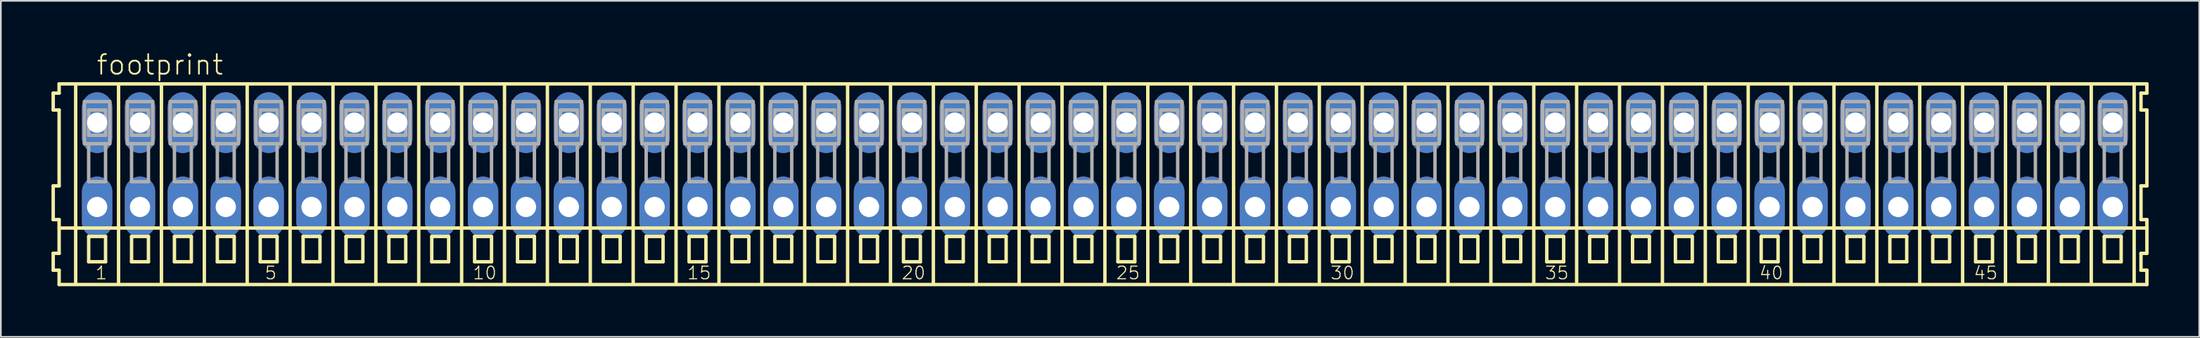
<source format=kicad_pcb>
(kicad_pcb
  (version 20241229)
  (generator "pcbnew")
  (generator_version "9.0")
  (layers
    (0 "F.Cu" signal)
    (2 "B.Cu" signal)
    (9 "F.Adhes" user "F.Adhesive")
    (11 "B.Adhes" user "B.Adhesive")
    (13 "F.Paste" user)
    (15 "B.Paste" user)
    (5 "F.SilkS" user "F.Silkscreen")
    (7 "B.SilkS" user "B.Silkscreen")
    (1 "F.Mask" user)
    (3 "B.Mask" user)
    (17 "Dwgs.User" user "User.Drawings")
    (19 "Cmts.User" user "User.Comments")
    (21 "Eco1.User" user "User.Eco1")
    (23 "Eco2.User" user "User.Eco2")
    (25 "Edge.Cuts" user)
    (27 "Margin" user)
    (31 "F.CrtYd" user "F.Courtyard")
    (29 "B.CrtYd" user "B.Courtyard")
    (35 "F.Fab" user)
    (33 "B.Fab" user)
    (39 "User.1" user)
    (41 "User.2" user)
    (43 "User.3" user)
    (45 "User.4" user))
  (footprint "footprint"
    (layer "F.Cu")
    (at 62.392 6.723)
    (property "Reference" "footprint" (at -59.79 -5.25 0) (layer "F.SilkS") (effects (font (size 1.168 1.168) (thickness 0.102)) (justify left bottom)))
    (fp_line (start -62.29 -4.25) (end -62.29 -3.25) (stroke (width 0.203) (type solid)) (layer "F.SilkS"))
    (fp_line (start -62.29 -3.25) (end -61.94 -3.25) (stroke (width 0.203) (type solid)) (layer "F.SilkS"))
    (fp_line (start -62.29 1.25) (end -62.29 3.25) (stroke (width 0.203) (type solid)) (layer "F.SilkS"))
    (fp_line (start -62.29 3.25) (end -61.94 3.25) (stroke (width 0.203) (type solid)) (layer "F.SilkS"))
    (fp_line (start -62.29 5.25) (end -62.29 6.25) (stroke (width 0.203) (type solid)) (layer "F.SilkS"))
    (fp_line (start -62.29 6.25) (end -61.94 6.25) (stroke (width 0.203) (type solid)) (layer "F.SilkS"))
    (fp_line (start -61.94 -4.8) (end -61.94 -4.25) (stroke (width 0.203) (type solid)) (layer "F.SilkS"))
    (fp_line (start -61.94 -4.25) (end -62.29 -4.25) (stroke (width 0.203) (type solid)) (layer "F.SilkS"))
    (fp_line (start -61.94 -3.25) (end -61.94 1.25) (stroke (width 0.203) (type solid)) (layer "F.SilkS"))
    (fp_line (start -61.94 1.25) (end -62.29 1.25) (stroke (width 0.203) (type solid)) (layer "F.SilkS"))
    (fp_line (start -61.94 3.25) (end -61.94 5.25) (stroke (width 0.203) (type solid)) (layer "F.SilkS"))
    (fp_line (start -61.94 3.75) (end 61.715 3.75) (stroke (width 0.203) (type solid)) (layer "F.SilkS"))
    (fp_line (start -61.94 5.25) (end -62.29 5.25) (stroke (width 0.203) (type solid)) (layer "F.SilkS"))
    (fp_line (start -61.94 6.25) (end -61.94 7.1) (stroke (width 0.203) (type solid)) (layer "F.SilkS"))
    (fp_line (start -61.94 7.1) (end 61.715 7.1) (stroke (width 0.203) (type solid)) (layer "F.SilkS"))
    (fp_line (start -60.96 6.985) (end -60.96 -4.699) (stroke (width 0.203) (type solid)) (layer "F.SilkS"))
    (fp_line (start -60.19 4.25) (end -60.19 5.75) (stroke (width 0.203) (type solid)) (layer "F.SilkS"))
    (fp_line (start -60.19 5.75) (end -59.19 5.75) (stroke (width 0.203) (type solid)) (layer "F.SilkS"))
    (fp_line (start -59.19 4.25) (end -60.19 4.25) (stroke (width 0.203) (type solid)) (layer "F.SilkS"))
    (fp_line (start -59.19 5.75) (end -59.19 4.25) (stroke (width 0.203) (type solid)) (layer "F.SilkS"))
    (fp_line (start -58.42 6.985) (end -58.42 -4.699) (stroke (width 0.203) (type solid)) (layer "F.SilkS"))
    (fp_line (start -57.65 4.25) (end -57.65 5.75) (stroke (width 0.203) (type solid)) (layer "F.SilkS"))
    (fp_line (start -57.65 5.75) (end -56.65 5.75) (stroke (width 0.203) (type solid)) (layer "F.SilkS"))
    (fp_line (start -56.65 4.25) (end -57.65 4.25) (stroke (width 0.203) (type solid)) (layer "F.SilkS"))
    (fp_line (start -56.65 5.75) (end -56.65 4.25) (stroke (width 0.203) (type solid)) (layer "F.SilkS"))
    (fp_line (start -55.88 6.985) (end -55.88 -4.699) (stroke (width 0.203) (type solid)) (layer "F.SilkS"))
    (fp_line (start -55.11 4.25) (end -55.11 5.75) (stroke (width 0.203) (type solid)) (layer "F.SilkS"))
    (fp_line (start -55.11 5.75) (end -54.11 5.75) (stroke (width 0.203) (type solid)) (layer "F.SilkS"))
    (fp_line (start -54.11 4.25) (end -55.11 4.25) (stroke (width 0.203) (type solid)) (layer "F.SilkS"))
    (fp_line (start -54.11 5.75) (end -54.11 4.25) (stroke (width 0.203) (type solid)) (layer "F.SilkS"))
    (fp_line (start -53.34 6.985) (end -53.34 -4.699) (stroke (width 0.203) (type solid)) (layer "F.SilkS"))
    (fp_line (start -52.57 4.25) (end -52.57 5.75) (stroke (width 0.203) (type solid)) (layer "F.SilkS"))
    (fp_line (start -52.57 5.75) (end -51.57 5.75) (stroke (width 0.203) (type solid)) (layer "F.SilkS"))
    (fp_line (start -51.57 4.25) (end -52.57 4.25) (stroke (width 0.203) (type solid)) (layer "F.SilkS"))
    (fp_line (start -51.57 5.75) (end -51.57 4.25) (stroke (width 0.203) (type solid)) (layer "F.SilkS"))
    (fp_line (start -50.8 6.985) (end -50.8 -4.699) (stroke (width 0.203) (type solid)) (layer "F.SilkS"))
    (fp_line (start -50.03 4.25) (end -50.03 5.75) (stroke (width 0.203) (type solid)) (layer "F.SilkS"))
    (fp_line (start -50.03 5.75) (end -49.03 5.75) (stroke (width 0.203) (type solid)) (layer "F.SilkS"))
    (fp_line (start -49.03 4.25) (end -50.03 4.25) (stroke (width 0.203) (type solid)) (layer "F.SilkS"))
    (fp_line (start -49.03 5.75) (end -49.03 4.25) (stroke (width 0.203) (type solid)) (layer "F.SilkS"))
    (fp_line (start -48.26 6.985) (end -48.26 -4.699) (stroke (width 0.203) (type solid)) (layer "F.SilkS"))
    (fp_line (start -47.49 4.25) (end -47.49 5.75) (stroke (width 0.203) (type solid)) (layer "F.SilkS"))
    (fp_line (start -47.49 5.75) (end -46.49 5.75) (stroke (width 0.203) (type solid)) (layer "F.SilkS"))
    (fp_line (start -46.49 4.25) (end -47.49 4.25) (stroke (width 0.203) (type solid)) (layer "F.SilkS"))
    (fp_line (start -46.49 5.75) (end -46.49 4.25) (stroke (width 0.203) (type solid)) (layer "F.SilkS"))
    (fp_line (start -45.72 6.985) (end -45.72 -4.699) (stroke (width 0.203) (type solid)) (layer "F.SilkS"))
    (fp_line (start -44.95 4.25) (end -44.95 5.75) (stroke (width 0.203) (type solid)) (layer "F.SilkS"))
    (fp_line (start -44.95 5.75) (end -43.95 5.75) (stroke (width 0.203) (type solid)) (layer "F.SilkS"))
    (fp_line (start -43.95 4.25) (end -44.95 4.25) (stroke (width 0.203) (type solid)) (layer "F.SilkS"))
    (fp_line (start -43.95 5.75) (end -43.95 4.25) (stroke (width 0.203) (type solid)) (layer "F.SilkS"))
    (fp_line (start -43.18 6.985) (end -43.18 -4.699) (stroke (width 0.203) (type solid)) (layer "F.SilkS"))
    (fp_line (start -42.41 4.25) (end -42.41 5.75) (stroke (width 0.203) (type solid)) (layer "F.SilkS"))
    (fp_line (start -42.41 5.75) (end -41.41 5.75) (stroke (width 0.203) (type solid)) (layer "F.SilkS"))
    (fp_line (start -41.41 4.25) (end -42.41 4.25) (stroke (width 0.203) (type solid)) (layer "F.SilkS"))
    (fp_line (start -41.41 5.75) (end -41.41 4.25) (stroke (width 0.203) (type solid)) (layer "F.SilkS"))
    (fp_line (start -40.64 6.985) (end -40.64 -4.699) (stroke (width 0.203) (type solid)) (layer "F.SilkS"))
    (fp_line (start -39.87 4.25) (end -39.87 5.75) (stroke (width 0.203) (type solid)) (layer "F.SilkS"))
    (fp_line (start -39.87 5.75) (end -38.87 5.75) (stroke (width 0.203) (type solid)) (layer "F.SilkS"))
    (fp_line (start -38.87 4.25) (end -39.87 4.25) (stroke (width 0.203) (type solid)) (layer "F.SilkS"))
    (fp_line (start -38.87 5.75) (end -38.87 4.25) (stroke (width 0.203) (type solid)) (layer "F.SilkS"))
    (fp_line (start -38.1 6.985) (end -38.1 -4.699) (stroke (width 0.203) (type solid)) (layer "F.SilkS"))
    (fp_line (start -37.33 4.25) (end -37.33 5.75) (stroke (width 0.203) (type solid)) (layer "F.SilkS"))
    (fp_line (start -37.33 5.75) (end -36.33 5.75) (stroke (width 0.203) (type solid)) (layer "F.SilkS"))
    (fp_line (start -36.33 4.25) (end -37.33 4.25) (stroke (width 0.203) (type solid)) (layer "F.SilkS"))
    (fp_line (start -36.33 5.75) (end -36.33 4.25) (stroke (width 0.203) (type solid)) (layer "F.SilkS"))
    (fp_line (start -35.56 6.985) (end -35.56 -4.699) (stroke (width 0.203) (type solid)) (layer "F.SilkS"))
    (fp_line (start -34.79 4.25) (end -34.79 5.75) (stroke (width 0.203) (type solid)) (layer "F.SilkS"))
    (fp_line (start -34.79 5.75) (end -33.79 5.75) (stroke (width 0.203) (type solid)) (layer "F.SilkS"))
    (fp_line (start -33.79 4.25) (end -34.79 4.25) (stroke (width 0.203) (type solid)) (layer "F.SilkS"))
    (fp_line (start -33.79 5.75) (end -33.79 4.25) (stroke (width 0.203) (type solid)) (layer "F.SilkS"))
    (fp_line (start -33.02 6.985) (end -33.02 -4.699) (stroke (width 0.203) (type solid)) (layer "F.SilkS"))
    (fp_line (start -32.25 4.25) (end -32.25 5.75) (stroke (width 0.203) (type solid)) (layer "F.SilkS"))
    (fp_line (start -32.25 5.75) (end -31.25 5.75) (stroke (width 0.203) (type solid)) (layer "F.SilkS"))
    (fp_line (start -31.25 4.25) (end -32.25 4.25) (stroke (width 0.203) (type solid)) (layer "F.SilkS"))
    (fp_line (start -31.25 5.75) (end -31.25 4.25) (stroke (width 0.203) (type solid)) (layer "F.SilkS"))
    (fp_line (start -30.48 6.985) (end -30.48 -4.699) (stroke (width 0.203) (type solid)) (layer "F.SilkS"))
    (fp_line (start -29.71 4.25) (end -29.71 5.75) (stroke (width 0.203) (type solid)) (layer "F.SilkS"))
    (fp_line (start -29.71 5.75) (end -28.71 5.75) (stroke (width 0.203) (type solid)) (layer "F.SilkS"))
    (fp_line (start -28.71 4.25) (end -29.71 4.25) (stroke (width 0.203) (type solid)) (layer "F.SilkS"))
    (fp_line (start -28.71 5.75) (end -28.71 4.25) (stroke (width 0.203) (type solid)) (layer "F.SilkS"))
    (fp_line (start -27.94 6.985) (end -27.94 -4.699) (stroke (width 0.203) (type solid)) (layer "F.SilkS"))
    (fp_line (start -27.17 4.25) (end -27.17 5.75) (stroke (width 0.203) (type solid)) (layer "F.SilkS"))
    (fp_line (start -27.17 5.75) (end -26.17 5.75) (stroke (width 0.203) (type solid)) (layer "F.SilkS"))
    (fp_line (start -26.17 4.25) (end -27.17 4.25) (stroke (width 0.203) (type solid)) (layer "F.SilkS"))
    (fp_line (start -26.17 5.75) (end -26.17 4.25) (stroke (width 0.203) (type solid)) (layer "F.SilkS"))
    (fp_line (start -25.4 6.985) (end -25.4 -4.699) (stroke (width 0.203) (type solid)) (layer "F.SilkS"))
    (fp_line (start -24.63 4.25) (end -24.63 5.75) (stroke (width 0.203) (type solid)) (layer "F.SilkS"))
    (fp_line (start -24.63 5.75) (end -23.63 5.75) (stroke (width 0.203) (type solid)) (layer "F.SilkS"))
    (fp_line (start -23.63 4.25) (end -24.63 4.25) (stroke (width 0.203) (type solid)) (layer "F.SilkS"))
    (fp_line (start -23.63 5.75) (end -23.63 4.25) (stroke (width 0.203) (type solid)) (layer "F.SilkS"))
    (fp_line (start -22.86 6.985) (end -22.86 -4.699) (stroke (width 0.203) (type solid)) (layer "F.SilkS"))
    (fp_line (start -22.09 4.25) (end -22.09 5.75) (stroke (width 0.203) (type solid)) (layer "F.SilkS"))
    (fp_line (start -22.09 5.75) (end -21.09 5.75) (stroke (width 0.203) (type solid)) (layer "F.SilkS"))
    (fp_line (start -21.09 4.25) (end -22.09 4.25) (stroke (width 0.203) (type solid)) (layer "F.SilkS"))
    (fp_line (start -21.09 5.75) (end -21.09 4.25) (stroke (width 0.203) (type solid)) (layer "F.SilkS"))
    (fp_line (start -20.32 6.985) (end -20.32 -4.699) (stroke (width 0.203) (type solid)) (layer "F.SilkS"))
    (fp_line (start -19.55 4.25) (end -19.55 5.75) (stroke (width 0.203) (type solid)) (layer "F.SilkS"))
    (fp_line (start -19.55 5.75) (end -18.55 5.75) (stroke (width 0.203) (type solid)) (layer "F.SilkS"))
    (fp_line (start -18.55 4.25) (end -19.55 4.25) (stroke (width 0.203) (type solid)) (layer "F.SilkS"))
    (fp_line (start -18.55 5.75) (end -18.55 4.25) (stroke (width 0.203) (type solid)) (layer "F.SilkS"))
    (fp_line (start -17.78 6.985) (end -17.78 -4.699) (stroke (width 0.203) (type solid)) (layer "F.SilkS"))
    (fp_line (start -17.01 4.25) (end -17.01 5.75) (stroke (width 0.203) (type solid)) (layer "F.SilkS"))
    (fp_line (start -17.01 5.75) (end -16.01 5.75) (stroke (width 0.203) (type solid)) (layer "F.SilkS"))
    (fp_line (start -16.01 4.25) (end -17.01 4.25) (stroke (width 0.203) (type solid)) (layer "F.SilkS"))
    (fp_line (start -16.01 5.75) (end -16.01 4.25) (stroke (width 0.203) (type solid)) (layer "F.SilkS"))
    (fp_line (start -15.24 6.985) (end -15.24 -4.699) (stroke (width 0.203) (type solid)) (layer "F.SilkS"))
    (fp_line (start -14.47 4.25) (end -14.47 5.75) (stroke (width 0.203) (type solid)) (layer "F.SilkS"))
    (fp_line (start -14.47 5.75) (end -13.47 5.75) (stroke (width 0.203) (type solid)) (layer "F.SilkS"))
    (fp_line (start -13.47 4.25) (end -14.47 4.25) (stroke (width 0.203) (type solid)) (layer "F.SilkS"))
    (fp_line (start -13.47 5.75) (end -13.47 4.25) (stroke (width 0.203) (type solid)) (layer "F.SilkS"))
    (fp_line (start -12.7 6.985) (end -12.7 -4.699) (stroke (width 0.203) (type solid)) (layer "F.SilkS"))
    (fp_line (start -11.93 4.25) (end -11.93 5.75) (stroke (width 0.203) (type solid)) (layer "F.SilkS"))
    (fp_line (start -11.93 5.75) (end -10.93 5.75) (stroke (width 0.203) (type solid)) (layer "F.SilkS"))
    (fp_line (start -10.93 4.25) (end -11.93 4.25) (stroke (width 0.203) (type solid)) (layer "F.SilkS"))
    (fp_line (start -10.93 5.75) (end -10.93 4.25) (stroke (width 0.203) (type solid)) (layer "F.SilkS"))
    (fp_line (start -10.16 6.985) (end -10.16 -4.699) (stroke (width 0.203) (type solid)) (layer "F.SilkS"))
    (fp_line (start -9.39 4.25) (end -9.39 5.75) (stroke (width 0.203) (type solid)) (layer "F.SilkS"))
    (fp_line (start -9.39 5.75) (end -8.39 5.75) (stroke (width 0.203) (type solid)) (layer "F.SilkS"))
    (fp_line (start -8.39 4.25) (end -9.39 4.25) (stroke (width 0.203) (type solid)) (layer "F.SilkS"))
    (fp_line (start -8.39 5.75) (end -8.39 4.25) (stroke (width 0.203) (type solid)) (layer "F.SilkS"))
    (fp_line (start -7.62 6.985) (end -7.62 -4.699) (stroke (width 0.203) (type solid)) (layer "F.SilkS"))
    (fp_line (start -6.85 4.25) (end -6.85 5.75) (stroke (width 0.203) (type solid)) (layer "F.SilkS"))
    (fp_line (start -6.85 5.75) (end -5.85 5.75) (stroke (width 0.203) (type solid)) (layer "F.SilkS"))
    (fp_line (start -5.85 4.25) (end -6.85 4.25) (stroke (width 0.203) (type solid)) (layer "F.SilkS"))
    (fp_line (start -5.85 5.75) (end -5.85 4.25) (stroke (width 0.203) (type solid)) (layer "F.SilkS"))
    (fp_line (start -5.08 6.985) (end -5.08 -4.699) (stroke (width 0.203) (type solid)) (layer "F.SilkS"))
    (fp_line (start -4.31 4.25) (end -4.31 5.75) (stroke (width 0.203) (type solid)) (layer "F.SilkS"))
    (fp_line (start -4.31 5.75) (end -3.31 5.75) (stroke (width 0.203) (type solid)) (layer "F.SilkS"))
    (fp_line (start -3.31 4.25) (end -4.31 4.25) (stroke (width 0.203) (type solid)) (layer "F.SilkS"))
    (fp_line (start -3.31 5.75) (end -3.31 4.25) (stroke (width 0.203) (type solid)) (layer "F.SilkS"))
    (fp_line (start -2.54 6.985) (end -2.54 -4.699) (stroke (width 0.203) (type solid)) (layer "F.SilkS"))
    (fp_line (start -1.77 4.25) (end -1.77 5.75) (stroke (width 0.203) (type solid)) (layer "F.SilkS"))
    (fp_line (start -1.77 5.75) (end -0.77 5.75) (stroke (width 0.203) (type solid)) (layer "F.SilkS"))
    (fp_line (start -0.77 4.25) (end -1.77 4.25) (stroke (width 0.203) (type solid)) (layer "F.SilkS"))
    (fp_line (start -0.77 5.75) (end -0.77 4.25) (stroke (width 0.203) (type solid)) (layer "F.SilkS"))
    (fp_line (start 0 6.985) (end 0 -4.699) (stroke (width 0.203) (type solid)) (layer "F.SilkS"))
    (fp_line (start 0.77 4.25) (end 0.77 5.75) (stroke (width 0.203) (type solid)) (layer "F.SilkS"))
    (fp_line (start 0.77 5.75) (end 1.77 5.75) (stroke (width 0.203) (type solid)) (layer "F.SilkS"))
    (fp_line (start 1.77 4.25) (end 0.77 4.25) (stroke (width 0.203) (type solid)) (layer "F.SilkS"))
    (fp_line (start 1.77 5.75) (end 1.77 4.25) (stroke (width 0.203) (type solid)) (layer "F.SilkS"))
    (fp_line (start 2.54 6.985) (end 2.54 -4.699) (stroke (width 0.203) (type solid)) (layer "F.SilkS"))
    (fp_line (start 3.31 4.25) (end 3.31 5.75) (stroke (width 0.203) (type solid)) (layer "F.SilkS"))
    (fp_line (start 3.31 5.75) (end 4.31 5.75) (stroke (width 0.203) (type solid)) (layer "F.SilkS"))
    (fp_line (start 4.31 4.25) (end 3.31 4.25) (stroke (width 0.203) (type solid)) (layer "F.SilkS"))
    (fp_line (start 4.31 5.75) (end 4.31 4.25) (stroke (width 0.203) (type solid)) (layer "F.SilkS"))
    (fp_line (start 5.08 6.985) (end 5.08 -4.699) (stroke (width 0.203) (type solid)) (layer "F.SilkS"))
    (fp_line (start 5.85 4.25) (end 5.85 5.75) (stroke (width 0.203) (type solid)) (layer "F.SilkS"))
    (fp_line (start 5.85 5.75) (end 6.85 5.75) (stroke (width 0.203) (type solid)) (layer "F.SilkS"))
    (fp_line (start 6.85 4.25) (end 5.85 4.25) (stroke (width 0.203) (type solid)) (layer "F.SilkS"))
    (fp_line (start 6.85 5.75) (end 6.85 4.25) (stroke (width 0.203) (type solid)) (layer "F.SilkS"))
    (fp_line (start 7.62 6.985) (end 7.62 -4.699) (stroke (width 0.203) (type solid)) (layer "F.SilkS"))
    (fp_line (start 8.39 4.25) (end 8.39 5.75) (stroke (width 0.203) (type solid)) (layer "F.SilkS"))
    (fp_line (start 8.39 5.75) (end 9.39 5.75) (stroke (width 0.203) (type solid)) (layer "F.SilkS"))
    (fp_line (start 9.39 4.25) (end 8.39 4.25) (stroke (width 0.203) (type solid)) (layer "F.SilkS"))
    (fp_line (start 9.39 5.75) (end 9.39 4.25) (stroke (width 0.203) (type solid)) (layer "F.SilkS"))
    (fp_line (start 10.16 6.985) (end 10.16 -4.699) (stroke (width 0.203) (type solid)) (layer "F.SilkS"))
    (fp_line (start 10.93 4.25) (end 10.93 5.75) (stroke (width 0.203) (type solid)) (layer "F.SilkS"))
    (fp_line (start 10.93 5.75) (end 11.93 5.75) (stroke (width 0.203) (type solid)) (layer "F.SilkS"))
    (fp_line (start 11.93 4.25) (end 10.93 4.25) (stroke (width 0.203) (type solid)) (layer "F.SilkS"))
    (fp_line (start 11.93 5.75) (end 11.93 4.25) (stroke (width 0.203) (type solid)) (layer "F.SilkS"))
    (fp_line (start 12.7 6.985) (end 12.7 -4.699) (stroke (width 0.203) (type solid)) (layer "F.SilkS"))
    (fp_line (start 13.47 4.25) (end 13.47 5.75) (stroke (width 0.203) (type solid)) (layer "F.SilkS"))
    (fp_line (start 13.47 5.75) (end 14.47 5.75) (stroke (width 0.203) (type solid)) (layer "F.SilkS"))
    (fp_line (start 14.47 4.25) (end 13.47 4.25) (stroke (width 0.203) (type solid)) (layer "F.SilkS"))
    (fp_line (start 14.47 5.75) (end 14.47 4.25) (stroke (width 0.203) (type solid)) (layer "F.SilkS"))
    (fp_line (start 15.24 6.985) (end 15.24 -4.699) (stroke (width 0.203) (type solid)) (layer "F.SilkS"))
    (fp_line (start 16.01 4.25) (end 16.01 5.75) (stroke (width 0.203) (type solid)) (layer "F.SilkS"))
    (fp_line (start 16.01 5.75) (end 17.01 5.75) (stroke (width 0.203) (type solid)) (layer "F.SilkS"))
    (fp_line (start 17.01 4.25) (end 16.01 4.25) (stroke (width 0.203) (type solid)) (layer "F.SilkS"))
    (fp_line (start 17.01 5.75) (end 17.01 4.25) (stroke (width 0.203) (type solid)) (layer "F.SilkS"))
    (fp_line (start 17.78 6.985) (end 17.78 -4.699) (stroke (width 0.203) (type solid)) (layer "F.SilkS"))
    (fp_line (start 18.55 4.25) (end 18.55 5.75) (stroke (width 0.203) (type solid)) (layer "F.SilkS"))
    (fp_line (start 18.55 5.75) (end 19.55 5.75) (stroke (width 0.203) (type solid)) (layer "F.SilkS"))
    (fp_line (start 19.55 4.25) (end 18.55 4.25) (stroke (width 0.203) (type solid)) (layer "F.SilkS"))
    (fp_line (start 19.55 5.75) (end 19.55 4.25) (stroke (width 0.203) (type solid)) (layer "F.SilkS"))
    (fp_line (start 20.32 6.985) (end 20.32 -4.699) (stroke (width 0.203) (type solid)) (layer "F.SilkS"))
    (fp_line (start 21.09 4.25) (end 21.09 5.75) (stroke (width 0.203) (type solid)) (layer "F.SilkS"))
    (fp_line (start 21.09 5.75) (end 22.09 5.75) (stroke (width 0.203) (type solid)) (layer "F.SilkS"))
    (fp_line (start 22.09 4.25) (end 21.09 4.25) (stroke (width 0.203) (type solid)) (layer "F.SilkS"))
    (fp_line (start 22.09 5.75) (end 22.09 4.25) (stroke (width 0.203) (type solid)) (layer "F.SilkS"))
    (fp_line (start 22.86 6.985) (end 22.86 -4.699) (stroke (width 0.203) (type solid)) (layer "F.SilkS"))
    (fp_line (start 23.63 4.25) (end 23.63 5.75) (stroke (width 0.203) (type solid)) (layer "F.SilkS"))
    (fp_line (start 23.63 5.75) (end 24.63 5.75) (stroke (width 0.203) (type solid)) (layer "F.SilkS"))
    (fp_line (start 24.63 4.25) (end 23.63 4.25) (stroke (width 0.203) (type solid)) (layer "F.SilkS"))
    (fp_line (start 24.63 5.75) (end 24.63 4.25) (stroke (width 0.203) (type solid)) (layer "F.SilkS"))
    (fp_line (start 25.4 6.985) (end 25.4 -4.699) (stroke (width 0.203) (type solid)) (layer "F.SilkS"))
    (fp_line (start 26.17 4.25) (end 26.17 5.75) (stroke (width 0.203) (type solid)) (layer "F.SilkS"))
    (fp_line (start 26.17 5.75) (end 27.17 5.75) (stroke (width 0.203) (type solid)) (layer "F.SilkS"))
    (fp_line (start 27.17 4.25) (end 26.17 4.25) (stroke (width 0.203) (type solid)) (layer "F.SilkS"))
    (fp_line (start 27.17 5.75) (end 27.17 4.25) (stroke (width 0.203) (type solid)) (layer "F.SilkS"))
    (fp_line (start 27.94 6.985) (end 27.94 -4.699) (stroke (width 0.203) (type solid)) (layer "F.SilkS"))
    (fp_line (start 28.71 4.25) (end 28.71 5.75) (stroke (width 0.203) (type solid)) (layer "F.SilkS"))
    (fp_line (start 28.71 5.75) (end 29.71 5.75) (stroke (width 0.203) (type solid)) (layer "F.SilkS"))
    (fp_line (start 29.71 4.25) (end 28.71 4.25) (stroke (width 0.203) (type solid)) (layer "F.SilkS"))
    (fp_line (start 29.71 5.75) (end 29.71 4.25) (stroke (width 0.203) (type solid)) (layer "F.SilkS"))
    (fp_line (start 30.48 6.985) (end 30.48 -4.699) (stroke (width 0.203) (type solid)) (layer "F.SilkS"))
    (fp_line (start 31.25 4.25) (end 31.25 5.75) (stroke (width 0.203) (type solid)) (layer "F.SilkS"))
    (fp_line (start 31.25 5.75) (end 32.25 5.75) (stroke (width 0.203) (type solid)) (layer "F.SilkS"))
    (fp_line (start 32.25 4.25) (end 31.25 4.25) (stroke (width 0.203) (type solid)) (layer "F.SilkS"))
    (fp_line (start 32.25 5.75) (end 32.25 4.25) (stroke (width 0.203) (type solid)) (layer "F.SilkS"))
    (fp_line (start 33.02 6.985) (end 33.02 -4.699) (stroke (width 0.203) (type solid)) (layer "F.SilkS"))
    (fp_line (start 33.79 4.25) (end 33.79 5.75) (stroke (width 0.203) (type solid)) (layer "F.SilkS"))
    (fp_line (start 33.79 5.75) (end 34.79 5.75) (stroke (width 0.203) (type solid)) (layer "F.SilkS"))
    (fp_line (start 34.79 4.25) (end 33.79 4.25) (stroke (width 0.203) (type solid)) (layer "F.SilkS"))
    (fp_line (start 34.79 5.75) (end 34.79 4.25) (stroke (width 0.203) (type solid)) (layer "F.SilkS"))
    (fp_line (start 35.56 6.985) (end 35.56 -4.699) (stroke (width 0.203) (type solid)) (layer "F.SilkS"))
    (fp_line (start 36.33 4.25) (end 36.33 5.75) (stroke (width 0.203) (type solid)) (layer "F.SilkS"))
    (fp_line (start 36.33 5.75) (end 37.33 5.75) (stroke (width 0.203) (type solid)) (layer "F.SilkS"))
    (fp_line (start 37.33 4.25) (end 36.33 4.25) (stroke (width 0.203) (type solid)) (layer "F.SilkS"))
    (fp_line (start 37.33 5.75) (end 37.33 4.25) (stroke (width 0.203) (type solid)) (layer "F.SilkS"))
    (fp_line (start 38.1 6.985) (end 38.1 -4.699) (stroke (width 0.203) (type solid)) (layer "F.SilkS"))
    (fp_line (start 38.87 4.25) (end 38.87 5.75) (stroke (width 0.203) (type solid)) (layer "F.SilkS"))
    (fp_line (start 38.87 5.75) (end 39.87 5.75) (stroke (width 0.203) (type solid)) (layer "F.SilkS"))
    (fp_line (start 39.87 4.25) (end 38.87 4.25) (stroke (width 0.203) (type solid)) (layer "F.SilkS"))
    (fp_line (start 39.87 5.75) (end 39.87 4.25) (stroke (width 0.203) (type solid)) (layer "F.SilkS"))
    (fp_line (start 40.64 6.985) (end 40.64 -4.699) (stroke (width 0.203) (type solid)) (layer "F.SilkS"))
    (fp_line (start 41.41 4.25) (end 41.41 5.75) (stroke (width 0.203) (type solid)) (layer "F.SilkS"))
    (fp_line (start 41.41 5.75) (end 42.41 5.75) (stroke (width 0.203) (type solid)) (layer "F.SilkS"))
    (fp_line (start 42.41 4.25) (end 41.41 4.25) (stroke (width 0.203) (type solid)) (layer "F.SilkS"))
    (fp_line (start 42.41 5.75) (end 42.41 4.25) (stroke (width 0.203) (type solid)) (layer "F.SilkS"))
    (fp_line (start 43.18 6.985) (end 43.18 -4.699) (stroke (width 0.203) (type solid)) (layer "F.SilkS"))
    (fp_line (start 43.95 4.25) (end 43.95 5.75) (stroke (width 0.203) (type solid)) (layer "F.SilkS"))
    (fp_line (start 43.95 5.75) (end 44.95 5.75) (stroke (width 0.203) (type solid)) (layer "F.SilkS"))
    (fp_line (start 44.95 4.25) (end 43.95 4.25) (stroke (width 0.203) (type solid)) (layer "F.SilkS"))
    (fp_line (start 44.95 5.75) (end 44.95 4.25) (stroke (width 0.203) (type solid)) (layer "F.SilkS"))
    (fp_line (start 45.72 6.985) (end 45.72 -4.699) (stroke (width 0.203) (type solid)) (layer "F.SilkS"))
    (fp_line (start 46.49 4.25) (end 46.49 5.75) (stroke (width 0.203) (type solid)) (layer "F.SilkS"))
    (fp_line (start 46.49 5.75) (end 47.49 5.75) (stroke (width 0.203) (type solid)) (layer "F.SilkS"))
    (fp_line (start 47.49 4.25) (end 46.49 4.25) (stroke (width 0.203) (type solid)) (layer "F.SilkS"))
    (fp_line (start 47.49 5.75) (end 47.49 4.25) (stroke (width 0.203) (type solid)) (layer "F.SilkS"))
    (fp_line (start 48.26 6.985) (end 48.26 -4.699) (stroke (width 0.203) (type solid)) (layer "F.SilkS"))
    (fp_line (start 49.03 4.25) (end 49.03 5.75) (stroke (width 0.203) (type solid)) (layer "F.SilkS"))
    (fp_line (start 49.03 5.75) (end 50.03 5.75) (stroke (width 0.203) (type solid)) (layer "F.SilkS"))
    (fp_line (start 50.03 4.25) (end 49.03 4.25) (stroke (width 0.203) (type solid)) (layer "F.SilkS"))
    (fp_line (start 50.03 5.75) (end 50.03 4.25) (stroke (width 0.203) (type solid)) (layer "F.SilkS"))
    (fp_line (start 50.8 6.985) (end 50.8 -4.699) (stroke (width 0.203) (type solid)) (layer "F.SilkS"))
    (fp_line (start 51.57 4.25) (end 51.57 5.75) (stroke (width 0.203) (type solid)) (layer "F.SilkS"))
    (fp_line (start 51.57 5.75) (end 52.57 5.75) (stroke (width 0.203) (type solid)) (layer "F.SilkS"))
    (fp_line (start 52.57 4.25) (end 51.57 4.25) (stroke (width 0.203) (type solid)) (layer "F.SilkS"))
    (fp_line (start 52.57 5.75) (end 52.57 4.25) (stroke (width 0.203) (type solid)) (layer "F.SilkS"))
    (fp_line (start 53.34 6.985) (end 53.34 -4.699) (stroke (width 0.203) (type solid)) (layer "F.SilkS"))
    (fp_line (start 54.11 4.25) (end 54.11 5.75) (stroke (width 0.203) (type solid)) (layer "F.SilkS"))
    (fp_line (start 54.11 5.75) (end 55.11 5.75) (stroke (width 0.203) (type solid)) (layer "F.SilkS"))
    (fp_line (start 55.11 4.25) (end 54.11 4.25) (stroke (width 0.203) (type solid)) (layer "F.SilkS"))
    (fp_line (start 55.11 5.75) (end 55.11 4.25) (stroke (width 0.203) (type solid)) (layer "F.SilkS"))
    (fp_line (start 55.88 6.985) (end 55.88 -4.699) (stroke (width 0.203) (type solid)) (layer "F.SilkS"))
    (fp_line (start 56.65 4.25) (end 56.65 5.75) (stroke (width 0.203) (type solid)) (layer "F.SilkS"))
    (fp_line (start 56.65 5.75) (end 57.65 5.75) (stroke (width 0.203) (type solid)) (layer "F.SilkS"))
    (fp_line (start 57.65 4.25) (end 56.65 4.25) (stroke (width 0.203) (type solid)) (layer "F.SilkS"))
    (fp_line (start 57.65 5.75) (end 57.65 4.25) (stroke (width 0.203) (type solid)) (layer "F.SilkS"))
    (fp_line (start 58.42 6.985) (end 58.42 -4.699) (stroke (width 0.203) (type solid)) (layer "F.SilkS"))
    (fp_line (start 59.19 4.25) (end 59.19 5.75) (stroke (width 0.203) (type solid)) (layer "F.SilkS"))
    (fp_line (start 59.19 5.75) (end 60.19 5.75) (stroke (width 0.203) (type solid)) (layer "F.SilkS"))
    (fp_line (start 60.19 4.25) (end 59.19 4.25) (stroke (width 0.203) (type solid)) (layer "F.SilkS"))
    (fp_line (start 60.19 5.75) (end 60.19 4.25) (stroke (width 0.203) (type solid)) (layer "F.SilkS"))
    (fp_line (start 60.96 6.985) (end 60.96 -4.699) (stroke (width 0.203) (type solid)) (layer "F.SilkS"))
    (fp_line (start 61.365 -4.25) (end 61.365 -3.25) (stroke (width 0.203) (type solid)) (layer "F.SilkS"))
    (fp_line (start 61.365 -3.25) (end 61.715 -3.25) (stroke (width 0.203) (type solid)) (layer "F.SilkS"))
    (fp_line (start 61.365 1.25) (end 61.365 3.25) (stroke (width 0.203) (type solid)) (layer "F.SilkS"))
    (fp_line (start 61.365 3.25) (end 61.715 3.25) (stroke (width 0.203) (type solid)) (layer "F.SilkS"))
    (fp_line (start 61.365 5.25) (end 61.365 6.25) (stroke (width 0.203) (type solid)) (layer "F.SilkS"))
    (fp_line (start 61.365 6.25) (end 61.715 6.25) (stroke (width 0.203) (type solid)) (layer "F.SilkS"))
    (fp_line (start 61.715 -4.8) (end -61.94 -4.8) (stroke (width 0.203) (type solid)) (layer "F.SilkS"))
    (fp_line (start 61.715 -4.25) (end 61.365 -4.25) (stroke (width 0.203) (type solid)) (layer "F.SilkS"))
    (fp_line (start 61.715 -4.25) (end 61.715 -4.8) (stroke (width 0.203) (type solid)) (layer "F.SilkS"))
    (fp_line (start 61.715 1.25) (end 61.365 1.25) (stroke (width 0.203) (type solid)) (layer "F.SilkS"))
    (fp_line (start 61.715 1.25) (end 61.715 -3.25) (stroke (width 0.203) (type solid)) (layer "F.SilkS"))
    (fp_line (start 61.715 3.75) (end 61.715 3.25) (stroke (width 0.203) (type solid)) (layer "F.SilkS"))
    (fp_line (start 61.715 5.25) (end 61.365 5.25) (stroke (width 0.203) (type solid)) (layer "F.SilkS"))
    (fp_line (start 61.715 5.25) (end 61.715 3.75) (stroke (width 0.203) (type solid)) (layer "F.SilkS"))
    (fp_line (start 61.715 7.1) (end 61.715 6.25) (stroke (width 0.203) (type solid)) (layer "F.SilkS"))
    (fp_line (start -60.44 -3.75) (end -60.44 -1.25) (stroke (width 0.203) (type solid)) (layer "F.Fab"))
    (fp_line (start -60.44 -1.25) (end -60.19 -1.25) (stroke (width 0.203) (type solid)) (layer "F.Fab"))
    (fp_line (start -60.19 -3.25) (end -60.19 -1.75) (stroke (width 0.203) (type solid)) (layer "F.Fab"))
    (fp_line (start -60.19 -1.75) (end -59.19 -1.75) (stroke (width 0.203) (type solid)) (layer "F.Fab"))
    (fp_line (start -60.19 -1.25) (end -60.19 1) (stroke (width 0.203) (type solid)) (layer "F.Fab"))
    (fp_line (start -60.19 -1.25) (end -59.19 -1.25) (stroke (width 0.203) (type solid)) (layer "F.Fab"))
    (fp_line (start -60.19 1) (end -59.19 1) (stroke (width 0.203) (type solid)) (layer "F.Fab"))
    (fp_line (start -59.19 -3.25) (end -60.19 -3.25) (stroke (width 0.203) (type solid)) (layer "F.Fab"))
    (fp_line (start -59.19 -1.75) (end -59.19 -3.25) (stroke (width 0.203) (type solid)) (layer "F.Fab"))
    (fp_line (start -59.19 -1.25) (end -58.94 -1.25) (stroke (width 0.203) (type solid)) (layer "F.Fab"))
    (fp_line (start -59.19 1) (end -59.19 -1.25) (stroke (width 0.203) (type solid)) (layer "F.Fab"))
    (fp_line (start -58.94 -3.75) (end -60.44 -3.75) (stroke (width 0.203) (type solid)) (layer "F.Fab"))
    (fp_line (start -58.94 -1.25) (end -58.94 -3.75) (stroke (width 0.203) (type solid)) (layer "F.Fab"))
    (fp_line (start -57.9 -3.75) (end -57.9 -1.25) (stroke (width 0.203) (type solid)) (layer "F.Fab"))
    (fp_line (start -57.9 -1.25) (end -57.65 -1.25) (stroke (width 0.203) (type solid)) (layer "F.Fab"))
    (fp_line (start -57.65 -3.25) (end -57.65 -1.75) (stroke (width 0.203) (type solid)) (layer "F.Fab"))
    (fp_line (start -57.65 -1.75) (end -56.65 -1.75) (stroke (width 0.203) (type solid)) (layer "F.Fab"))
    (fp_line (start -57.65 -1.25) (end -57.65 1) (stroke (width 0.203) (type solid)) (layer "F.Fab"))
    (fp_line (start -57.65 -1.25) (end -56.65 -1.25) (stroke (width 0.203) (type solid)) (layer "F.Fab"))
    (fp_line (start -57.65 1) (end -56.65 1) (stroke (width 0.203) (type solid)) (layer "F.Fab"))
    (fp_line (start -56.65 -3.25) (end -57.65 -3.25) (stroke (width 0.203) (type solid)) (layer "F.Fab"))
    (fp_line (start -56.65 -1.75) (end -56.65 -3.25) (stroke (width 0.203) (type solid)) (layer "F.Fab"))
    (fp_line (start -56.65 -1.25) (end -56.4 -1.25) (stroke (width 0.203) (type solid)) (layer "F.Fab"))
    (fp_line (start -56.65 1) (end -56.65 -1.25) (stroke (width 0.203) (type solid)) (layer "F.Fab"))
    (fp_line (start -56.4 -3.75) (end -57.9 -3.75) (stroke (width 0.203) (type solid)) (layer "F.Fab"))
    (fp_line (start -56.4 -1.25) (end -56.4 -3.75) (stroke (width 0.203) (type solid)) (layer "F.Fab"))
    (fp_line (start -55.36 -3.75) (end -55.36 -1.25) (stroke (width 0.203) (type solid)) (layer "F.Fab"))
    (fp_line (start -55.36 -1.25) (end -55.11 -1.25) (stroke (width 0.203) (type solid)) (layer "F.Fab"))
    (fp_line (start -55.11 -3.25) (end -55.11 -1.75) (stroke (width 0.203) (type solid)) (layer "F.Fab"))
    (fp_line (start -55.11 -1.75) (end -54.11 -1.75) (stroke (width 0.203) (type solid)) (layer "F.Fab"))
    (fp_line (start -55.11 -1.25) (end -55.11 1) (stroke (width 0.203) (type solid)) (layer "F.Fab"))
    (fp_line (start -55.11 -1.25) (end -54.11 -1.25) (stroke (width 0.203) (type solid)) (layer "F.Fab"))
    (fp_line (start -55.11 1) (end -54.11 1) (stroke (width 0.203) (type solid)) (layer "F.Fab"))
    (fp_line (start -54.11 -3.25) (end -55.11 -3.25) (stroke (width 0.203) (type solid)) (layer "F.Fab"))
    (fp_line (start -54.11 -1.75) (end -54.11 -3.25) (stroke (width 0.203) (type solid)) (layer "F.Fab"))
    (fp_line (start -54.11 -1.25) (end -53.86 -1.25) (stroke (width 0.203) (type solid)) (layer "F.Fab"))
    (fp_line (start -54.11 1) (end -54.11 -1.25) (stroke (width 0.203) (type solid)) (layer "F.Fab"))
    (fp_line (start -53.86 -3.75) (end -55.36 -3.75) (stroke (width 0.203) (type solid)) (layer "F.Fab"))
    (fp_line (start -53.86 -1.25) (end -53.86 -3.75) (stroke (width 0.203) (type solid)) (layer "F.Fab"))
    (fp_line (start -52.82 -3.75) (end -52.82 -1.25) (stroke (width 0.203) (type solid)) (layer "F.Fab"))
    (fp_line (start -52.82 -1.25) (end -52.57 -1.25) (stroke (width 0.203) (type solid)) (layer "F.Fab"))
    (fp_line (start -52.57 -3.25) (end -52.57 -1.75) (stroke (width 0.203) (type solid)) (layer "F.Fab"))
    (fp_line (start -52.57 -1.75) (end -51.57 -1.75) (stroke (width 0.203) (type solid)) (layer "F.Fab"))
    (fp_line (start -52.57 -1.25) (end -52.57 1) (stroke (width 0.203) (type solid)) (layer "F.Fab"))
    (fp_line (start -52.57 -1.25) (end -51.57 -1.25) (stroke (width 0.203) (type solid)) (layer "F.Fab"))
    (fp_line (start -52.57 1) (end -51.57 1) (stroke (width 0.203) (type solid)) (layer "F.Fab"))
    (fp_line (start -51.57 -3.25) (end -52.57 -3.25) (stroke (width 0.203) (type solid)) (layer "F.Fab"))
    (fp_line (start -51.57 -1.75) (end -51.57 -3.25) (stroke (width 0.203) (type solid)) (layer "F.Fab"))
    (fp_line (start -51.57 -1.25) (end -51.32 -1.25) (stroke (width 0.203) (type solid)) (layer "F.Fab"))
    (fp_line (start -51.57 1) (end -51.57 -1.25) (stroke (width 0.203) (type solid)) (layer "F.Fab"))
    (fp_line (start -51.32 -3.75) (end -52.82 -3.75) (stroke (width 0.203) (type solid)) (layer "F.Fab"))
    (fp_line (start -51.32 -1.25) (end -51.32 -3.75) (stroke (width 0.203) (type solid)) (layer "F.Fab"))
    (fp_line (start -50.28 -3.75) (end -50.28 -1.25) (stroke (width 0.203) (type solid)) (layer "F.Fab"))
    (fp_line (start -50.28 -1.25) (end -50.03 -1.25) (stroke (width 0.203) (type solid)) (layer "F.Fab"))
    (fp_line (start -50.03 -3.25) (end -50.03 -1.75) (stroke (width 0.203) (type solid)) (layer "F.Fab"))
    (fp_line (start -50.03 -1.75) (end -49.03 -1.75) (stroke (width 0.203) (type solid)) (layer "F.Fab"))
    (fp_line (start -50.03 -1.25) (end -50.03 1) (stroke (width 0.203) (type solid)) (layer "F.Fab"))
    (fp_line (start -50.03 -1.25) (end -49.03 -1.25) (stroke (width 0.203) (type solid)) (layer "F.Fab"))
    (fp_line (start -50.03 1) (end -49.03 1) (stroke (width 0.203) (type solid)) (layer "F.Fab"))
    (fp_line (start -49.03 -3.25) (end -50.03 -3.25) (stroke (width 0.203) (type solid)) (layer "F.Fab"))
    (fp_line (start -49.03 -1.75) (end -49.03 -3.25) (stroke (width 0.203) (type solid)) (layer "F.Fab"))
    (fp_line (start -49.03 -1.25) (end -48.78 -1.25) (stroke (width 0.203) (type solid)) (layer "F.Fab"))
    (fp_line (start -49.03 1) (end -49.03 -1.25) (stroke (width 0.203) (type solid)) (layer "F.Fab"))
    (fp_line (start -48.78 -3.75) (end -50.28 -3.75) (stroke (width 0.203) (type solid)) (layer "F.Fab"))
    (fp_line (start -48.78 -1.25) (end -48.78 -3.75) (stroke (width 0.203) (type solid)) (layer "F.Fab"))
    (fp_line (start -47.74 -3.75) (end -47.74 -1.25) (stroke (width 0.203) (type solid)) (layer "F.Fab"))
    (fp_line (start -47.74 -1.25) (end -47.49 -1.25) (stroke (width 0.203) (type solid)) (layer "F.Fab"))
    (fp_line (start -47.49 -3.25) (end -47.49 -1.75) (stroke (width 0.203) (type solid)) (layer "F.Fab"))
    (fp_line (start -47.49 -1.75) (end -46.49 -1.75) (stroke (width 0.203) (type solid)) (layer "F.Fab"))
    (fp_line (start -47.49 -1.25) (end -47.49 1) (stroke (width 0.203) (type solid)) (layer "F.Fab"))
    (fp_line (start -47.49 -1.25) (end -46.49 -1.25) (stroke (width 0.203) (type solid)) (layer "F.Fab"))
    (fp_line (start -47.49 1) (end -46.49 1) (stroke (width 0.203) (type solid)) (layer "F.Fab"))
    (fp_line (start -46.49 -3.25) (end -47.49 -3.25) (stroke (width 0.203) (type solid)) (layer "F.Fab"))
    (fp_line (start -46.49 -1.75) (end -46.49 -3.25) (stroke (width 0.203) (type solid)) (layer "F.Fab"))
    (fp_line (start -46.49 -1.25) (end -46.24 -1.25) (stroke (width 0.203) (type solid)) (layer "F.Fab"))
    (fp_line (start -46.49 1) (end -46.49 -1.25) (stroke (width 0.203) (type solid)) (layer "F.Fab"))
    (fp_line (start -46.24 -3.75) (end -47.74 -3.75) (stroke (width 0.203) (type solid)) (layer "F.Fab"))
    (fp_line (start -46.24 -1.25) (end -46.24 -3.75) (stroke (width 0.203) (type solid)) (layer "F.Fab"))
    (fp_line (start -45.2 -3.75) (end -45.2 -1.25) (stroke (width 0.203) (type solid)) (layer "F.Fab"))
    (fp_line (start -45.2 -1.25) (end -44.95 -1.25) (stroke (width 0.203) (type solid)) (layer "F.Fab"))
    (fp_line (start -44.95 -3.25) (end -44.95 -1.75) (stroke (width 0.203) (type solid)) (layer "F.Fab"))
    (fp_line (start -44.95 -1.75) (end -43.95 -1.75) (stroke (width 0.203) (type solid)) (layer "F.Fab"))
    (fp_line (start -44.95 -1.25) (end -44.95 1) (stroke (width 0.203) (type solid)) (layer "F.Fab"))
    (fp_line (start -44.95 -1.25) (end -43.95 -1.25) (stroke (width 0.203) (type solid)) (layer "F.Fab"))
    (fp_line (start -44.95 1) (end -43.95 1) (stroke (width 0.203) (type solid)) (layer "F.Fab"))
    (fp_line (start -43.95 -3.25) (end -44.95 -3.25) (stroke (width 0.203) (type solid)) (layer "F.Fab"))
    (fp_line (start -43.95 -1.75) (end -43.95 -3.25) (stroke (width 0.203) (type solid)) (layer "F.Fab"))
    (fp_line (start -43.95 -1.25) (end -43.7 -1.25) (stroke (width 0.203) (type solid)) (layer "F.Fab"))
    (fp_line (start -43.95 1) (end -43.95 -1.25) (stroke (width 0.203) (type solid)) (layer "F.Fab"))
    (fp_line (start -43.7 -3.75) (end -45.2 -3.75) (stroke (width 0.203) (type solid)) (layer "F.Fab"))
    (fp_line (start -43.7 -1.25) (end -43.7 -3.75) (stroke (width 0.203) (type solid)) (layer "F.Fab"))
    (fp_line (start -42.66 -3.75) (end -42.66 -1.25) (stroke (width 0.203) (type solid)) (layer "F.Fab"))
    (fp_line (start -42.66 -1.25) (end -42.41 -1.25) (stroke (width 0.203) (type solid)) (layer "F.Fab"))
    (fp_line (start -42.41 -3.25) (end -42.41 -1.75) (stroke (width 0.203) (type solid)) (layer "F.Fab"))
    (fp_line (start -42.41 -1.75) (end -41.41 -1.75) (stroke (width 0.203) (type solid)) (layer "F.Fab"))
    (fp_line (start -42.41 -1.25) (end -42.41 1) (stroke (width 0.203) (type solid)) (layer "F.Fab"))
    (fp_line (start -42.41 -1.25) (end -41.41 -1.25) (stroke (width 0.203) (type solid)) (layer "F.Fab"))
    (fp_line (start -42.41 1) (end -41.41 1) (stroke (width 0.203) (type solid)) (layer "F.Fab"))
    (fp_line (start -41.41 -3.25) (end -42.41 -3.25) (stroke (width 0.203) (type solid)) (layer "F.Fab"))
    (fp_line (start -41.41 -1.75) (end -41.41 -3.25) (stroke (width 0.203) (type solid)) (layer "F.Fab"))
    (fp_line (start -41.41 -1.25) (end -41.16 -1.25) (stroke (width 0.203) (type solid)) (layer "F.Fab"))
    (fp_line (start -41.41 1) (end -41.41 -1.25) (stroke (width 0.203) (type solid)) (layer "F.Fab"))
    (fp_line (start -41.16 -3.75) (end -42.66 -3.75) (stroke (width 0.203) (type solid)) (layer "F.Fab"))
    (fp_line (start -41.16 -1.25) (end -41.16 -3.75) (stroke (width 0.203) (type solid)) (layer "F.Fab"))
    (fp_line (start -40.12 -3.75) (end -40.12 -1.25) (stroke (width 0.203) (type solid)) (layer "F.Fab"))
    (fp_line (start -40.12 -1.25) (end -39.87 -1.25) (stroke (width 0.203) (type solid)) (layer "F.Fab"))
    (fp_line (start -39.87 -3.25) (end -39.87 -1.75) (stroke (width 0.203) (type solid)) (layer "F.Fab"))
    (fp_line (start -39.87 -1.75) (end -38.87 -1.75) (stroke (width 0.203) (type solid)) (layer "F.Fab"))
    (fp_line (start -39.87 -1.25) (end -39.87 1) (stroke (width 0.203) (type solid)) (layer "F.Fab"))
    (fp_line (start -39.87 -1.25) (end -38.87 -1.25) (stroke (width 0.203) (type solid)) (layer "F.Fab"))
    (fp_line (start -39.87 1) (end -38.87 1) (stroke (width 0.203) (type solid)) (layer "F.Fab"))
    (fp_line (start -38.87 -3.25) (end -39.87 -3.25) (stroke (width 0.203) (type solid)) (layer "F.Fab"))
    (fp_line (start -38.87 -1.75) (end -38.87 -3.25) (stroke (width 0.203) (type solid)) (layer "F.Fab"))
    (fp_line (start -38.87 -1.25) (end -38.62 -1.25) (stroke (width 0.203) (type solid)) (layer "F.Fab"))
    (fp_line (start -38.87 1) (end -38.87 -1.25) (stroke (width 0.203) (type solid)) (layer "F.Fab"))
    (fp_line (start -38.62 -3.75) (end -40.12 -3.75) (stroke (width 0.203) (type solid)) (layer "F.Fab"))
    (fp_line (start -38.62 -1.25) (end -38.62 -3.75) (stroke (width 0.203) (type solid)) (layer "F.Fab"))
    (fp_line (start -37.58 -3.75) (end -37.58 -1.25) (stroke (width 0.203) (type solid)) (layer "F.Fab"))
    (fp_line (start -37.58 -1.25) (end -37.33 -1.25) (stroke (width 0.203) (type solid)) (layer "F.Fab"))
    (fp_line (start -37.33 -3.25) (end -37.33 -1.75) (stroke (width 0.203) (type solid)) (layer "F.Fab"))
    (fp_line (start -37.33 -1.75) (end -36.33 -1.75) (stroke (width 0.203) (type solid)) (layer "F.Fab"))
    (fp_line (start -37.33 -1.25) (end -37.33 1) (stroke (width 0.203) (type solid)) (layer "F.Fab"))
    (fp_line (start -37.33 -1.25) (end -36.33 -1.25) (stroke (width 0.203) (type solid)) (layer "F.Fab"))
    (fp_line (start -37.33 1) (end -36.33 1) (stroke (width 0.203) (type solid)) (layer "F.Fab"))
    (fp_line (start -36.33 -3.25) (end -37.33 -3.25) (stroke (width 0.203) (type solid)) (layer "F.Fab"))
    (fp_line (start -36.33 -1.75) (end -36.33 -3.25) (stroke (width 0.203) (type solid)) (layer "F.Fab"))
    (fp_line (start -36.33 -1.25) (end -36.08 -1.25) (stroke (width 0.203) (type solid)) (layer "F.Fab"))
    (fp_line (start -36.33 1) (end -36.33 -1.25) (stroke (width 0.203) (type solid)) (layer "F.Fab"))
    (fp_line (start -36.08 -3.75) (end -37.58 -3.75) (stroke (width 0.203) (type solid)) (layer "F.Fab"))
    (fp_line (start -36.08 -1.25) (end -36.08 -3.75) (stroke (width 0.203) (type solid)) (layer "F.Fab"))
    (fp_line (start -35.04 -3.75) (end -35.04 -1.25) (stroke (width 0.203) (type solid)) (layer "F.Fab"))
    (fp_line (start -35.04 -1.25) (end -34.79 -1.25) (stroke (width 0.203) (type solid)) (layer "F.Fab"))
    (fp_line (start -34.79 -3.25) (end -34.79 -1.75) (stroke (width 0.203) (type solid)) (layer "F.Fab"))
    (fp_line (start -34.79 -1.75) (end -33.79 -1.75) (stroke (width 0.203) (type solid)) (layer "F.Fab"))
    (fp_line (start -34.79 -1.25) (end -34.79 1) (stroke (width 0.203) (type solid)) (layer "F.Fab"))
    (fp_line (start -34.79 -1.25) (end -33.79 -1.25) (stroke (width 0.203) (type solid)) (layer "F.Fab"))
    (fp_line (start -34.79 1) (end -33.79 1) (stroke (width 0.203) (type solid)) (layer "F.Fab"))
    (fp_line (start -33.79 -3.25) (end -34.79 -3.25) (stroke (width 0.203) (type solid)) (layer "F.Fab"))
    (fp_line (start -33.79 -1.75) (end -33.79 -3.25) (stroke (width 0.203) (type solid)) (layer "F.Fab"))
    (fp_line (start -33.79 -1.25) (end -33.54 -1.25) (stroke (width 0.203) (type solid)) (layer "F.Fab"))
    (fp_line (start -33.79 1) (end -33.79 -1.25) (stroke (width 0.203) (type solid)) (layer "F.Fab"))
    (fp_line (start -33.54 -3.75) (end -35.04 -3.75) (stroke (width 0.203) (type solid)) (layer "F.Fab"))
    (fp_line (start -33.54 -1.25) (end -33.54 -3.75) (stroke (width 0.203) (type solid)) (layer "F.Fab"))
    (fp_line (start -32.5 -3.75) (end -32.5 -1.25) (stroke (width 0.203) (type solid)) (layer "F.Fab"))
    (fp_line (start -32.5 -1.25) (end -32.25 -1.25) (stroke (width 0.203) (type solid)) (layer "F.Fab"))
    (fp_line (start -32.25 -3.25) (end -32.25 -1.75) (stroke (width 0.203) (type solid)) (layer "F.Fab"))
    (fp_line (start -32.25 -1.75) (end -31.25 -1.75) (stroke (width 0.203) (type solid)) (layer "F.Fab"))
    (fp_line (start -32.25 -1.25) (end -32.25 1) (stroke (width 0.203) (type solid)) (layer "F.Fab"))
    (fp_line (start -32.25 -1.25) (end -31.25 -1.25) (stroke (width 0.203) (type solid)) (layer "F.Fab"))
    (fp_line (start -32.25 1) (end -31.25 1) (stroke (width 0.203) (type solid)) (layer "F.Fab"))
    (fp_line (start -31.25 -3.25) (end -32.25 -3.25) (stroke (width 0.203) (type solid)) (layer "F.Fab"))
    (fp_line (start -31.25 -1.75) (end -31.25 -3.25) (stroke (width 0.203) (type solid)) (layer "F.Fab"))
    (fp_line (start -31.25 -1.25) (end -31 -1.25) (stroke (width 0.203) (type solid)) (layer "F.Fab"))
    (fp_line (start -31.25 1) (end -31.25 -1.25) (stroke (width 0.203) (type solid)) (layer "F.Fab"))
    (fp_line (start -31 -3.75) (end -32.5 -3.75) (stroke (width 0.203) (type solid)) (layer "F.Fab"))
    (fp_line (start -31 -1.25) (end -31 -3.75) (stroke (width 0.203) (type solid)) (layer "F.Fab"))
    (fp_line (start -29.96 -3.75) (end -29.96 -1.25) (stroke (width 0.203) (type solid)) (layer "F.Fab"))
    (fp_line (start -29.96 -1.25) (end -29.71 -1.25) (stroke (width 0.203) (type solid)) (layer "F.Fab"))
    (fp_line (start -29.71 -3.25) (end -29.71 -1.75) (stroke (width 0.203) (type solid)) (layer "F.Fab"))
    (fp_line (start -29.71 -1.75) (end -28.71 -1.75) (stroke (width 0.203) (type solid)) (layer "F.Fab"))
    (fp_line (start -29.71 -1.25) (end -29.71 1) (stroke (width 0.203) (type solid)) (layer "F.Fab"))
    (fp_line (start -29.71 -1.25) (end -28.71 -1.25) (stroke (width 0.203) (type solid)) (layer "F.Fab"))
    (fp_line (start -29.71 1) (end -28.71 1) (stroke (width 0.203) (type solid)) (layer "F.Fab"))
    (fp_line (start -28.71 -3.25) (end -29.71 -3.25) (stroke (width 0.203) (type solid)) (layer "F.Fab"))
    (fp_line (start -28.71 -1.75) (end -28.71 -3.25) (stroke (width 0.203) (type solid)) (layer "F.Fab"))
    (fp_line (start -28.71 -1.25) (end -28.46 -1.25) (stroke (width 0.203) (type solid)) (layer "F.Fab"))
    (fp_line (start -28.71 1) (end -28.71 -1.25) (stroke (width 0.203) (type solid)) (layer "F.Fab"))
    (fp_line (start -28.46 -3.75) (end -29.96 -3.75) (stroke (width 0.203) (type solid)) (layer "F.Fab"))
    (fp_line (start -28.46 -1.25) (end -28.46 -3.75) (stroke (width 0.203) (type solid)) (layer "F.Fab"))
    (fp_line (start -27.42 -3.75) (end -27.42 -1.25) (stroke (width 0.203) (type solid)) (layer "F.Fab"))
    (fp_line (start -27.42 -1.25) (end -27.17 -1.25) (stroke (width 0.203) (type solid)) (layer "F.Fab"))
    (fp_line (start -27.17 -3.25) (end -27.17 -1.75) (stroke (width 0.203) (type solid)) (layer "F.Fab"))
    (fp_line (start -27.17 -1.75) (end -26.17 -1.75) (stroke (width 0.203) (type solid)) (layer "F.Fab"))
    (fp_line (start -27.17 -1.25) (end -27.17 1) (stroke (width 0.203) (type solid)) (layer "F.Fab"))
    (fp_line (start -27.17 -1.25) (end -26.17 -1.25) (stroke (width 0.203) (type solid)) (layer "F.Fab"))
    (fp_line (start -27.17 1) (end -26.17 1) (stroke (width 0.203) (type solid)) (layer "F.Fab"))
    (fp_line (start -26.17 -3.25) (end -27.17 -3.25) (stroke (width 0.203) (type solid)) (layer "F.Fab"))
    (fp_line (start -26.17 -1.75) (end -26.17 -3.25) (stroke (width 0.203) (type solid)) (layer "F.Fab"))
    (fp_line (start -26.17 -1.25) (end -25.92 -1.25) (stroke (width 0.203) (type solid)) (layer "F.Fab"))
    (fp_line (start -26.17 1) (end -26.17 -1.25) (stroke (width 0.203) (type solid)) (layer "F.Fab"))
    (fp_line (start -25.92 -3.75) (end -27.42 -3.75) (stroke (width 0.203) (type solid)) (layer "F.Fab"))
    (fp_line (start -25.92 -1.25) (end -25.92 -3.75) (stroke (width 0.203) (type solid)) (layer "F.Fab"))
    (fp_line (start -24.88 -3.75) (end -24.88 -1.25) (stroke (width 0.203) (type solid)) (layer "F.Fab"))
    (fp_line (start -24.88 -1.25) (end -24.63 -1.25) (stroke (width 0.203) (type solid)) (layer "F.Fab"))
    (fp_line (start -24.63 -3.25) (end -24.63 -1.75) (stroke (width 0.203) (type solid)) (layer "F.Fab"))
    (fp_line (start -24.63 -1.75) (end -23.63 -1.75) (stroke (width 0.203) (type solid)) (layer "F.Fab"))
    (fp_line (start -24.63 -1.25) (end -24.63 1) (stroke (width 0.203) (type solid)) (layer "F.Fab"))
    (fp_line (start -24.63 -1.25) (end -23.63 -1.25) (stroke (width 0.203) (type solid)) (layer "F.Fab"))
    (fp_line (start -24.63 1) (end -23.63 1) (stroke (width 0.203) (type solid)) (layer "F.Fab"))
    (fp_line (start -23.63 -3.25) (end -24.63 -3.25) (stroke (width 0.203) (type solid)) (layer "F.Fab"))
    (fp_line (start -23.63 -1.75) (end -23.63 -3.25) (stroke (width 0.203) (type solid)) (layer "F.Fab"))
    (fp_line (start -23.63 -1.25) (end -23.38 -1.25) (stroke (width 0.203) (type solid)) (layer "F.Fab"))
    (fp_line (start -23.63 1) (end -23.63 -1.25) (stroke (width 0.203) (type solid)) (layer "F.Fab"))
    (fp_line (start -23.38 -3.75) (end -24.88 -3.75) (stroke (width 0.203) (type solid)) (layer "F.Fab"))
    (fp_line (start -23.38 -1.25) (end -23.38 -3.75) (stroke (width 0.203) (type solid)) (layer "F.Fab"))
    (fp_line (start -22.34 -3.75) (end -22.34 -1.25) (stroke (width 0.203) (type solid)) (layer "F.Fab"))
    (fp_line (start -22.34 -1.25) (end -22.09 -1.25) (stroke (width 0.203) (type solid)) (layer "F.Fab"))
    (fp_line (start -22.09 -3.25) (end -22.09 -1.75) (stroke (width 0.203) (type solid)) (layer "F.Fab"))
    (fp_line (start -22.09 -1.75) (end -21.09 -1.75) (stroke (width 0.203) (type solid)) (layer "F.Fab"))
    (fp_line (start -22.09 -1.25) (end -22.09 1) (stroke (width 0.203) (type solid)) (layer "F.Fab"))
    (fp_line (start -22.09 -1.25) (end -21.09 -1.25) (stroke (width 0.203) (type solid)) (layer "F.Fab"))
    (fp_line (start -22.09 1) (end -21.09 1) (stroke (width 0.203) (type solid)) (layer "F.Fab"))
    (fp_line (start -21.09 -3.25) (end -22.09 -3.25) (stroke (width 0.203) (type solid)) (layer "F.Fab"))
    (fp_line (start -21.09 -1.75) (end -21.09 -3.25) (stroke (width 0.203) (type solid)) (layer "F.Fab"))
    (fp_line (start -21.09 -1.25) (end -20.84 -1.25) (stroke (width 0.203) (type solid)) (layer "F.Fab"))
    (fp_line (start -21.09 1) (end -21.09 -1.25) (stroke (width 0.203) (type solid)) (layer "F.Fab"))
    (fp_line (start -20.84 -3.75) (end -22.34 -3.75) (stroke (width 0.203) (type solid)) (layer "F.Fab"))
    (fp_line (start -20.84 -1.25) (end -20.84 -3.75) (stroke (width 0.203) (type solid)) (layer "F.Fab"))
    (fp_line (start -19.8 -3.75) (end -19.8 -1.25) (stroke (width 0.203) (type solid)) (layer "F.Fab"))
    (fp_line (start -19.8 -1.25) (end -19.55 -1.25) (stroke (width 0.203) (type solid)) (layer "F.Fab"))
    (fp_line (start -19.55 -3.25) (end -19.55 -1.75) (stroke (width 0.203) (type solid)) (layer "F.Fab"))
    (fp_line (start -19.55 -1.75) (end -18.55 -1.75) (stroke (width 0.203) (type solid)) (layer "F.Fab"))
    (fp_line (start -19.55 -1.25) (end -19.55 1) (stroke (width 0.203) (type solid)) (layer "F.Fab"))
    (fp_line (start -19.55 -1.25) (end -18.55 -1.25) (stroke (width 0.203) (type solid)) (layer "F.Fab"))
    (fp_line (start -19.55 1) (end -18.55 1) (stroke (width 0.203) (type solid)) (layer "F.Fab"))
    (fp_line (start -18.55 -3.25) (end -19.55 -3.25) (stroke (width 0.203) (type solid)) (layer "F.Fab"))
    (fp_line (start -18.55 -1.75) (end -18.55 -3.25) (stroke (width 0.203) (type solid)) (layer "F.Fab"))
    (fp_line (start -18.55 -1.25) (end -18.3 -1.25) (stroke (width 0.203) (type solid)) (layer "F.Fab"))
    (fp_line (start -18.55 1) (end -18.55 -1.25) (stroke (width 0.203) (type solid)) (layer "F.Fab"))
    (fp_line (start -18.3 -3.75) (end -19.8 -3.75) (stroke (width 0.203) (type solid)) (layer "F.Fab"))
    (fp_line (start -18.3 -1.25) (end -18.3 -3.75) (stroke (width 0.203) (type solid)) (layer "F.Fab"))
    (fp_line (start -17.26 -3.75) (end -17.26 -1.25) (stroke (width 0.203) (type solid)) (layer "F.Fab"))
    (fp_line (start -17.26 -1.25) (end -17.01 -1.25) (stroke (width 0.203) (type solid)) (layer "F.Fab"))
    (fp_line (start -17.01 -3.25) (end -17.01 -1.75) (stroke (width 0.203) (type solid)) (layer "F.Fab"))
    (fp_line (start -17.01 -1.75) (end -16.01 -1.75) (stroke (width 0.203) (type solid)) (layer "F.Fab"))
    (fp_line (start -17.01 -1.25) (end -17.01 1) (stroke (width 0.203) (type solid)) (layer "F.Fab"))
    (fp_line (start -17.01 -1.25) (end -16.01 -1.25) (stroke (width 0.203) (type solid)) (layer "F.Fab"))
    (fp_line (start -17.01 1) (end -16.01 1) (stroke (width 0.203) (type solid)) (layer "F.Fab"))
    (fp_line (start -16.01 -3.25) (end -17.01 -3.25) (stroke (width 0.203) (type solid)) (layer "F.Fab"))
    (fp_line (start -16.01 -1.75) (end -16.01 -3.25) (stroke (width 0.203) (type solid)) (layer "F.Fab"))
    (fp_line (start -16.01 -1.25) (end -15.76 -1.25) (stroke (width 0.203) (type solid)) (layer "F.Fab"))
    (fp_line (start -16.01 1) (end -16.01 -1.25) (stroke (width 0.203) (type solid)) (layer "F.Fab"))
    (fp_line (start -15.76 -3.75) (end -17.26 -3.75) (stroke (width 0.203) (type solid)) (layer "F.Fab"))
    (fp_line (start -15.76 -1.25) (end -15.76 -3.75) (stroke (width 0.203) (type solid)) (layer "F.Fab"))
    (fp_line (start -14.72 -3.75) (end -14.72 -1.25) (stroke (width 0.203) (type solid)) (layer "F.Fab"))
    (fp_line (start -14.72 -1.25) (end -14.47 -1.25) (stroke (width 0.203) (type solid)) (layer "F.Fab"))
    (fp_line (start -14.47 -3.25) (end -14.47 -1.75) (stroke (width 0.203) (type solid)) (layer "F.Fab"))
    (fp_line (start -14.47 -1.75) (end -13.47 -1.75) (stroke (width 0.203) (type solid)) (layer "F.Fab"))
    (fp_line (start -14.47 -1.25) (end -14.47 1) (stroke (width 0.203) (type solid)) (layer "F.Fab"))
    (fp_line (start -14.47 -1.25) (end -13.47 -1.25) (stroke (width 0.203) (type solid)) (layer "F.Fab"))
    (fp_line (start -14.47 1) (end -13.47 1) (stroke (width 0.203) (type solid)) (layer "F.Fab"))
    (fp_line (start -13.47 -3.25) (end -14.47 -3.25) (stroke (width 0.203) (type solid)) (layer "F.Fab"))
    (fp_line (start -13.47 -1.75) (end -13.47 -3.25) (stroke (width 0.203) (type solid)) (layer "F.Fab"))
    (fp_line (start -13.47 -1.25) (end -13.22 -1.25) (stroke (width 0.203) (type solid)) (layer "F.Fab"))
    (fp_line (start -13.47 1) (end -13.47 -1.25) (stroke (width 0.203) (type solid)) (layer "F.Fab"))
    (fp_line (start -13.22 -3.75) (end -14.72 -3.75) (stroke (width 0.203) (type solid)) (layer "F.Fab"))
    (fp_line (start -13.22 -1.25) (end -13.22 -3.75) (stroke (width 0.203) (type solid)) (layer "F.Fab"))
    (fp_line (start -12.18 -3.75) (end -12.18 -1.25) (stroke (width 0.203) (type solid)) (layer "F.Fab"))
    (fp_line (start -12.18 -1.25) (end -11.93 -1.25) (stroke (width 0.203) (type solid)) (layer "F.Fab"))
    (fp_line (start -11.93 -3.25) (end -11.93 -1.75) (stroke (width 0.203) (type solid)) (layer "F.Fab"))
    (fp_line (start -11.93 -1.75) (end -10.93 -1.75) (stroke (width 0.203) (type solid)) (layer "F.Fab"))
    (fp_line (start -11.93 -1.25) (end -11.93 1) (stroke (width 0.203) (type solid)) (layer "F.Fab"))
    (fp_line (start -11.93 -1.25) (end -10.93 -1.25) (stroke (width 0.203) (type solid)) (layer "F.Fab"))
    (fp_line (start -11.93 1) (end -10.93 1) (stroke (width 0.203) (type solid)) (layer "F.Fab"))
    (fp_line (start -10.93 -3.25) (end -11.93 -3.25) (stroke (width 0.203) (type solid)) (layer "F.Fab"))
    (fp_line (start -10.93 -1.75) (end -10.93 -3.25) (stroke (width 0.203) (type solid)) (layer "F.Fab"))
    (fp_line (start -10.93 -1.25) (end -10.68 -1.25) (stroke (width 0.203) (type solid)) (layer "F.Fab"))
    (fp_line (start -10.93 1) (end -10.93 -1.25) (stroke (width 0.203) (type solid)) (layer "F.Fab"))
    (fp_line (start -10.68 -3.75) (end -12.18 -3.75) (stroke (width 0.203) (type solid)) (layer "F.Fab"))
    (fp_line (start -10.68 -1.25) (end -10.68 -3.75) (stroke (width 0.203) (type solid)) (layer "F.Fab"))
    (fp_line (start -9.64 -3.75) (end -9.64 -1.25) (stroke (width 0.203) (type solid)) (layer "F.Fab"))
    (fp_line (start -9.64 -1.25) (end -9.39 -1.25) (stroke (width 0.203) (type solid)) (layer "F.Fab"))
    (fp_line (start -9.39 -3.25) (end -9.39 -1.75) (stroke (width 0.203) (type solid)) (layer "F.Fab"))
    (fp_line (start -9.39 -1.75) (end -8.39 -1.75) (stroke (width 0.203) (type solid)) (layer "F.Fab"))
    (fp_line (start -9.39 -1.25) (end -9.39 1) (stroke (width 0.203) (type solid)) (layer "F.Fab"))
    (fp_line (start -9.39 -1.25) (end -8.39 -1.25) (stroke (width 0.203) (type solid)) (layer "F.Fab"))
    (fp_line (start -9.39 1) (end -8.39 1) (stroke (width 0.203) (type solid)) (layer "F.Fab"))
    (fp_line (start -8.39 -3.25) (end -9.39 -3.25) (stroke (width 0.203) (type solid)) (layer "F.Fab"))
    (fp_line (start -8.39 -1.75) (end -8.39 -3.25) (stroke (width 0.203) (type solid)) (layer "F.Fab"))
    (fp_line (start -8.39 -1.25) (end -8.14 -1.25) (stroke (width 0.203) (type solid)) (layer "F.Fab"))
    (fp_line (start -8.39 1) (end -8.39 -1.25) (stroke (width 0.203) (type solid)) (layer "F.Fab"))
    (fp_line (start -8.14 -3.75) (end -9.64 -3.75) (stroke (width 0.203) (type solid)) (layer "F.Fab"))
    (fp_line (start -8.14 -1.25) (end -8.14 -3.75) (stroke (width 0.203) (type solid)) (layer "F.Fab"))
    (fp_line (start -7.1 -3.75) (end -7.1 -1.25) (stroke (width 0.203) (type solid)) (layer "F.Fab"))
    (fp_line (start -7.1 -1.25) (end -6.85 -1.25) (stroke (width 0.203) (type solid)) (layer "F.Fab"))
    (fp_line (start -6.85 -3.25) (end -6.85 -1.75) (stroke (width 0.203) (type solid)) (layer "F.Fab"))
    (fp_line (start -6.85 -1.75) (end -5.85 -1.75) (stroke (width 0.203) (type solid)) (layer "F.Fab"))
    (fp_line (start -6.85 -1.25) (end -6.85 1) (stroke (width 0.203) (type solid)) (layer "F.Fab"))
    (fp_line (start -6.85 -1.25) (end -5.85 -1.25) (stroke (width 0.203) (type solid)) (layer "F.Fab"))
    (fp_line (start -6.85 1) (end -5.85 1) (stroke (width 0.203) (type solid)) (layer "F.Fab"))
    (fp_line (start -5.85 -3.25) (end -6.85 -3.25) (stroke (width 0.203) (type solid)) (layer "F.Fab"))
    (fp_line (start -5.85 -1.75) (end -5.85 -3.25) (stroke (width 0.203) (type solid)) (layer "F.Fab"))
    (fp_line (start -5.85 -1.25) (end -5.6 -1.25) (stroke (width 0.203) (type solid)) (layer "F.Fab"))
    (fp_line (start -5.85 1) (end -5.85 -1.25) (stroke (width 0.203) (type solid)) (layer "F.Fab"))
    (fp_line (start -5.6 -3.75) (end -7.1 -3.75) (stroke (width 0.203) (type solid)) (layer "F.Fab"))
    (fp_line (start -5.6 -1.25) (end -5.6 -3.75) (stroke (width 0.203) (type solid)) (layer "F.Fab"))
    (fp_line (start -4.56 -3.75) (end -4.56 -1.25) (stroke (width 0.203) (type solid)) (layer "F.Fab"))
    (fp_line (start -4.56 -1.25) (end -4.31 -1.25) (stroke (width 0.203) (type solid)) (layer "F.Fab"))
    (fp_line (start -4.31 -3.25) (end -4.31 -1.75) (stroke (width 0.203) (type solid)) (layer "F.Fab"))
    (fp_line (start -4.31 -1.75) (end -3.31 -1.75) (stroke (width 0.203) (type solid)) (layer "F.Fab"))
    (fp_line (start -4.31 -1.25) (end -4.31 1) (stroke (width 0.203) (type solid)) (layer "F.Fab"))
    (fp_line (start -4.31 -1.25) (end -3.31 -1.25) (stroke (width 0.203) (type solid)) (layer "F.Fab"))
    (fp_line (start -4.31 1) (end -3.31 1) (stroke (width 0.203) (type solid)) (layer "F.Fab"))
    (fp_line (start -3.31 -3.25) (end -4.31 -3.25) (stroke (width 0.203) (type solid)) (layer "F.Fab"))
    (fp_line (start -3.31 -1.75) (end -3.31 -3.25) (stroke (width 0.203) (type solid)) (layer "F.Fab"))
    (fp_line (start -3.31 -1.25) (end -3.06 -1.25) (stroke (width 0.203) (type solid)) (layer "F.Fab"))
    (fp_line (start -3.31 1) (end -3.31 -1.25) (stroke (width 0.203) (type solid)) (layer "F.Fab"))
    (fp_line (start -3.06 -3.75) (end -4.56 -3.75) (stroke (width 0.203) (type solid)) (layer "F.Fab"))
    (fp_line (start -3.06 -1.25) (end -3.06 -3.75) (stroke (width 0.203) (type solid)) (layer "F.Fab"))
    (fp_line (start -2.02 -3.75) (end -2.02 -1.25) (stroke (width 0.203) (type solid)) (layer "F.Fab"))
    (fp_line (start -2.02 -1.25) (end -1.77 -1.25) (stroke (width 0.203) (type solid)) (layer "F.Fab"))
    (fp_line (start -1.77 -3.25) (end -1.77 -1.75) (stroke (width 0.203) (type solid)) (layer "F.Fab"))
    (fp_line (start -1.77 -1.75) (end -0.77 -1.75) (stroke (width 0.203) (type solid)) (layer "F.Fab"))
    (fp_line (start -1.77 -1.25) (end -1.77 1) (stroke (width 0.203) (type solid)) (layer "F.Fab"))
    (fp_line (start -1.77 -1.25) (end -0.77 -1.25) (stroke (width 0.203) (type solid)) (layer "F.Fab"))
    (fp_line (start -1.77 1) (end -0.77 1) (stroke (width 0.203) (type solid)) (layer "F.Fab"))
    (fp_line (start -0.77 -3.25) (end -1.77 -3.25) (stroke (width 0.203) (type solid)) (layer "F.Fab"))
    (fp_line (start -0.77 -1.75) (end -0.77 -3.25) (stroke (width 0.203) (type solid)) (layer "F.Fab"))
    (fp_line (start -0.77 -1.25) (end -0.52 -1.25) (stroke (width 0.203) (type solid)) (layer "F.Fab"))
    (fp_line (start -0.77 1) (end -0.77 -1.25) (stroke (width 0.203) (type solid)) (layer "F.Fab"))
    (fp_line (start -0.52 -3.75) (end -2.02 -3.75) (stroke (width 0.203) (type solid)) (layer "F.Fab"))
    (fp_line (start -0.52 -1.25) (end -0.52 -3.75) (stroke (width 0.203) (type solid)) (layer "F.Fab"))
    (fp_line (start 0.52 -3.75) (end 0.52 -1.25) (stroke (width 0.203) (type solid)) (layer "F.Fab"))
    (fp_line (start 0.52 -1.25) (end 0.77 -1.25) (stroke (width 0.203) (type solid)) (layer "F.Fab"))
    (fp_line (start 0.77 -3.25) (end 0.77 -1.75) (stroke (width 0.203) (type solid)) (layer "F.Fab"))
    (fp_line (start 0.77 -1.75) (end 1.77 -1.75) (stroke (width 0.203) (type solid)) (layer "F.Fab"))
    (fp_line (start 0.77 -1.25) (end 0.77 1) (stroke (width 0.203) (type solid)) (layer "F.Fab"))
    (fp_line (start 0.77 -1.25) (end 1.77 -1.25) (stroke (width 0.203) (type solid)) (layer "F.Fab"))
    (fp_line (start 0.77 1) (end 1.77 1) (stroke (width 0.203) (type solid)) (layer "F.Fab"))
    (fp_line (start 1.77 -3.25) (end 0.77 -3.25) (stroke (width 0.203) (type solid)) (layer "F.Fab"))
    (fp_line (start 1.77 -1.75) (end 1.77 -3.25) (stroke (width 0.203) (type solid)) (layer "F.Fab"))
    (fp_line (start 1.77 -1.25) (end 2.02 -1.25) (stroke (width 0.203) (type solid)) (layer "F.Fab"))
    (fp_line (start 1.77 1) (end 1.77 -1.25) (stroke (width 0.203) (type solid)) (layer "F.Fab"))
    (fp_line (start 2.02 -3.75) (end 0.52 -3.75) (stroke (width 0.203) (type solid)) (layer "F.Fab"))
    (fp_line (start 2.02 -1.25) (end 2.02 -3.75) (stroke (width 0.203) (type solid)) (layer "F.Fab"))
    (fp_line (start 3.06 -3.75) (end 3.06 -1.25) (stroke (width 0.203) (type solid)) (layer "F.Fab"))
    (fp_line (start 3.06 -1.25) (end 3.31 -1.25) (stroke (width 0.203) (type solid)) (layer "F.Fab"))
    (fp_line (start 3.31 -3.25) (end 3.31 -1.75) (stroke (width 0.203) (type solid)) (layer "F.Fab"))
    (fp_line (start 3.31 -1.75) (end 4.31 -1.75) (stroke (width 0.203) (type solid)) (layer "F.Fab"))
    (fp_line (start 3.31 -1.25) (end 3.31 1) (stroke (width 0.203) (type solid)) (layer "F.Fab"))
    (fp_line (start 3.31 -1.25) (end 4.31 -1.25) (stroke (width 0.203) (type solid)) (layer "F.Fab"))
    (fp_line (start 3.31 1) (end 4.31 1) (stroke (width 0.203) (type solid)) (layer "F.Fab"))
    (fp_line (start 4.31 -3.25) (end 3.31 -3.25) (stroke (width 0.203) (type solid)) (layer "F.Fab"))
    (fp_line (start 4.31 -1.75) (end 4.31 -3.25) (stroke (width 0.203) (type solid)) (layer "F.Fab"))
    (fp_line (start 4.31 -1.25) (end 4.56 -1.25) (stroke (width 0.203) (type solid)) (layer "F.Fab"))
    (fp_line (start 4.31 1) (end 4.31 -1.25) (stroke (width 0.203) (type solid)) (layer "F.Fab"))
    (fp_line (start 4.56 -3.75) (end 3.06 -3.75) (stroke (width 0.203) (type solid)) (layer "F.Fab"))
    (fp_line (start 4.56 -1.25) (end 4.56 -3.75) (stroke (width 0.203) (type solid)) (layer "F.Fab"))
    (fp_line (start 5.6 -3.75) (end 5.6 -1.25) (stroke (width 0.203) (type solid)) (layer "F.Fab"))
    (fp_line (start 5.6 -1.25) (end 5.85 -1.25) (stroke (width 0.203) (type solid)) (layer "F.Fab"))
    (fp_line (start 5.85 -3.25) (end 5.85 -1.75) (stroke (width 0.203) (type solid)) (layer "F.Fab"))
    (fp_line (start 5.85 -1.75) (end 6.85 -1.75) (stroke (width 0.203) (type solid)) (layer "F.Fab"))
    (fp_line (start 5.85 -1.25) (end 5.85 1) (stroke (width 0.203) (type solid)) (layer "F.Fab"))
    (fp_line (start 5.85 -1.25) (end 6.85 -1.25) (stroke (width 0.203) (type solid)) (layer "F.Fab"))
    (fp_line (start 5.85 1) (end 6.85 1) (stroke (width 0.203) (type solid)) (layer "F.Fab"))
    (fp_line (start 6.85 -3.25) (end 5.85 -3.25) (stroke (width 0.203) (type solid)) (layer "F.Fab"))
    (fp_line (start 6.85 -1.75) (end 6.85 -3.25) (stroke (width 0.203) (type solid)) (layer "F.Fab"))
    (fp_line (start 6.85 -1.25) (end 7.1 -1.25) (stroke (width 0.203) (type solid)) (layer "F.Fab"))
    (fp_line (start 6.85 1) (end 6.85 -1.25) (stroke (width 0.203) (type solid)) (layer "F.Fab"))
    (fp_line (start 7.1 -3.75) (end 5.6 -3.75) (stroke (width 0.203) (type solid)) (layer "F.Fab"))
    (fp_line (start 7.1 -1.25) (end 7.1 -3.75) (stroke (width 0.203) (type solid)) (layer "F.Fab"))
    (fp_line (start 8.14 -3.75) (end 8.14 -1.25) (stroke (width 0.203) (type solid)) (layer "F.Fab"))
    (fp_line (start 8.14 -1.25) (end 8.39 -1.25) (stroke (width 0.203) (type solid)) (layer "F.Fab"))
    (fp_line (start 8.39 -3.25) (end 8.39 -1.75) (stroke (width 0.203) (type solid)) (layer "F.Fab"))
    (fp_line (start 8.39 -1.75) (end 9.39 -1.75) (stroke (width 0.203) (type solid)) (layer "F.Fab"))
    (fp_line (start 8.39 -1.25) (end 8.39 1) (stroke (width 0.203) (type solid)) (layer "F.Fab"))
    (fp_line (start 8.39 -1.25) (end 9.39 -1.25) (stroke (width 0.203) (type solid)) (layer "F.Fab"))
    (fp_line (start 8.39 1) (end 9.39 1) (stroke (width 0.203) (type solid)) (layer "F.Fab"))
    (fp_line (start 9.39 -3.25) (end 8.39 -3.25) (stroke (width 0.203) (type solid)) (layer "F.Fab"))
    (fp_line (start 9.39 -1.75) (end 9.39 -3.25) (stroke (width 0.203) (type solid)) (layer "F.Fab"))
    (fp_line (start 9.39 -1.25) (end 9.64 -1.25) (stroke (width 0.203) (type solid)) (layer "F.Fab"))
    (fp_line (start 9.39 1) (end 9.39 -1.25) (stroke (width 0.203) (type solid)) (layer "F.Fab"))
    (fp_line (start 9.64 -3.75) (end 8.14 -3.75) (stroke (width 0.203) (type solid)) (layer "F.Fab"))
    (fp_line (start 9.64 -1.25) (end 9.64 -3.75) (stroke (width 0.203) (type solid)) (layer "F.Fab"))
    (fp_line (start 10.68 -3.75) (end 10.68 -1.25) (stroke (width 0.203) (type solid)) (layer "F.Fab"))
    (fp_line (start 10.68 -1.25) (end 10.93 -1.25) (stroke (width 0.203) (type solid)) (layer "F.Fab"))
    (fp_line (start 10.93 -3.25) (end 10.93 -1.75) (stroke (width 0.203) (type solid)) (layer "F.Fab"))
    (fp_line (start 10.93 -1.75) (end 11.93 -1.75) (stroke (width 0.203) (type solid)) (layer "F.Fab"))
    (fp_line (start 10.93 -1.25) (end 10.93 1) (stroke (width 0.203) (type solid)) (layer "F.Fab"))
    (fp_line (start 10.93 -1.25) (end 11.93 -1.25) (stroke (width 0.203) (type solid)) (layer "F.Fab"))
    (fp_line (start 10.93 1) (end 11.93 1) (stroke (width 0.203) (type solid)) (layer "F.Fab"))
    (fp_line (start 11.93 -3.25) (end 10.93 -3.25) (stroke (width 0.203) (type solid)) (layer "F.Fab"))
    (fp_line (start 11.93 -1.75) (end 11.93 -3.25) (stroke (width 0.203) (type solid)) (layer "F.Fab"))
    (fp_line (start 11.93 -1.25) (end 12.18 -1.25) (stroke (width 0.203) (type solid)) (layer "F.Fab"))
    (fp_line (start 11.93 1) (end 11.93 -1.25) (stroke (width 0.203) (type solid)) (layer "F.Fab"))
    (fp_line (start 12.18 -3.75) (end 10.68 -3.75) (stroke (width 0.203) (type solid)) (layer "F.Fab"))
    (fp_line (start 12.18 -1.25) (end 12.18 -3.75) (stroke (width 0.203) (type solid)) (layer "F.Fab"))
    (fp_line (start 13.22 -3.75) (end 13.22 -1.25) (stroke (width 0.203) (type solid)) (layer "F.Fab"))
    (fp_line (start 13.22 -1.25) (end 13.47 -1.25) (stroke (width 0.203) (type solid)) (layer "F.Fab"))
    (fp_line (start 13.47 -3.25) (end 13.47 -1.75) (stroke (width 0.203) (type solid)) (layer "F.Fab"))
    (fp_line (start 13.47 -1.75) (end 14.47 -1.75) (stroke (width 0.203) (type solid)) (layer "F.Fab"))
    (fp_line (start 13.47 -1.25) (end 13.47 1) (stroke (width 0.203) (type solid)) (layer "F.Fab"))
    (fp_line (start 13.47 -1.25) (end 14.47 -1.25) (stroke (width 0.203) (type solid)) (layer "F.Fab"))
    (fp_line (start 13.47 1) (end 14.47 1) (stroke (width 0.203) (type solid)) (layer "F.Fab"))
    (fp_line (start 14.47 -3.25) (end 13.47 -3.25) (stroke (width 0.203) (type solid)) (layer "F.Fab"))
    (fp_line (start 14.47 -1.75) (end 14.47 -3.25) (stroke (width 0.203) (type solid)) (layer "F.Fab"))
    (fp_line (start 14.47 -1.25) (end 14.72 -1.25) (stroke (width 0.203) (type solid)) (layer "F.Fab"))
    (fp_line (start 14.47 1) (end 14.47 -1.25) (stroke (width 0.203) (type solid)) (layer "F.Fab"))
    (fp_line (start 14.72 -3.75) (end 13.22 -3.75) (stroke (width 0.203) (type solid)) (layer "F.Fab"))
    (fp_line (start 14.72 -1.25) (end 14.72 -3.75) (stroke (width 0.203) (type solid)) (layer "F.Fab"))
    (fp_line (start 15.76 -3.75) (end 15.76 -1.25) (stroke (width 0.203) (type solid)) (layer "F.Fab"))
    (fp_line (start 15.76 -1.25) (end 16.01 -1.25) (stroke (width 0.203) (type solid)) (layer "F.Fab"))
    (fp_line (start 16.01 -3.25) (end 16.01 -1.75) (stroke (width 0.203) (type solid)) (layer "F.Fab"))
    (fp_line (start 16.01 -1.75) (end 17.01 -1.75) (stroke (width 0.203) (type solid)) (layer "F.Fab"))
    (fp_line (start 16.01 -1.25) (end 16.01 1) (stroke (width 0.203) (type solid)) (layer "F.Fab"))
    (fp_line (start 16.01 -1.25) (end 17.01 -1.25) (stroke (width 0.203) (type solid)) (layer "F.Fab"))
    (fp_line (start 16.01 1) (end 17.01 1) (stroke (width 0.203) (type solid)) (layer "F.Fab"))
    (fp_line (start 17.01 -3.25) (end 16.01 -3.25) (stroke (width 0.203) (type solid)) (layer "F.Fab"))
    (fp_line (start 17.01 -1.75) (end 17.01 -3.25) (stroke (width 0.203) (type solid)) (layer "F.Fab"))
    (fp_line (start 17.01 -1.25) (end 17.26 -1.25) (stroke (width 0.203) (type solid)) (layer "F.Fab"))
    (fp_line (start 17.01 1) (end 17.01 -1.25) (stroke (width 0.203) (type solid)) (layer "F.Fab"))
    (fp_line (start 17.26 -3.75) (end 15.76 -3.75) (stroke (width 0.203) (type solid)) (layer "F.Fab"))
    (fp_line (start 17.26 -1.25) (end 17.26 -3.75) (stroke (width 0.203) (type solid)) (layer "F.Fab"))
    (fp_line (start 18.3 -3.75) (end 18.3 -1.25) (stroke (width 0.203) (type solid)) (layer "F.Fab"))
    (fp_line (start 18.3 -1.25) (end 18.55 -1.25) (stroke (width 0.203) (type solid)) (layer "F.Fab"))
    (fp_line (start 18.55 -3.25) (end 18.55 -1.75) (stroke (width 0.203) (type solid)) (layer "F.Fab"))
    (fp_line (start 18.55 -1.75) (end 19.55 -1.75) (stroke (width 0.203) (type solid)) (layer "F.Fab"))
    (fp_line (start 18.55 -1.25) (end 18.55 1) (stroke (width 0.203) (type solid)) (layer "F.Fab"))
    (fp_line (start 18.55 -1.25) (end 19.55 -1.25) (stroke (width 0.203) (type solid)) (layer "F.Fab"))
    (fp_line (start 18.55 1) (end 19.55 1) (stroke (width 0.203) (type solid)) (layer "F.Fab"))
    (fp_line (start 19.55 -3.25) (end 18.55 -3.25) (stroke (width 0.203) (type solid)) (layer "F.Fab"))
    (fp_line (start 19.55 -1.75) (end 19.55 -3.25) (stroke (width 0.203) (type solid)) (layer "F.Fab"))
    (fp_line (start 19.55 -1.25) (end 19.8 -1.25) (stroke (width 0.203) (type solid)) (layer "F.Fab"))
    (fp_line (start 19.55 1) (end 19.55 -1.25) (stroke (width 0.203) (type solid)) (layer "F.Fab"))
    (fp_line (start 19.8 -3.75) (end 18.3 -3.75) (stroke (width 0.203) (type solid)) (layer "F.Fab"))
    (fp_line (start 19.8 -1.25) (end 19.8 -3.75) (stroke (width 0.203) (type solid)) (layer "F.Fab"))
    (fp_line (start 20.84 -3.75) (end 20.84 -1.25) (stroke (width 0.203) (type solid)) (layer "F.Fab"))
    (fp_line (start 20.84 -1.25) (end 21.09 -1.25) (stroke (width 0.203) (type solid)) (layer "F.Fab"))
    (fp_line (start 21.09 -3.25) (end 21.09 -1.75) (stroke (width 0.203) (type solid)) (layer "F.Fab"))
    (fp_line (start 21.09 -1.75) (end 22.09 -1.75) (stroke (width 0.203) (type solid)) (layer "F.Fab"))
    (fp_line (start 21.09 -1.25) (end 21.09 1) (stroke (width 0.203) (type solid)) (layer "F.Fab"))
    (fp_line (start 21.09 -1.25) (end 22.09 -1.25) (stroke (width 0.203) (type solid)) (layer "F.Fab"))
    (fp_line (start 21.09 1) (end 22.09 1) (stroke (width 0.203) (type solid)) (layer "F.Fab"))
    (fp_line (start 22.09 -3.25) (end 21.09 -3.25) (stroke (width 0.203) (type solid)) (layer "F.Fab"))
    (fp_line (start 22.09 -1.75) (end 22.09 -3.25) (stroke (width 0.203) (type solid)) (layer "F.Fab"))
    (fp_line (start 22.09 -1.25) (end 22.34 -1.25) (stroke (width 0.203) (type solid)) (layer "F.Fab"))
    (fp_line (start 22.09 1) (end 22.09 -1.25) (stroke (width 0.203) (type solid)) (layer "F.Fab"))
    (fp_line (start 22.34 -3.75) (end 20.84 -3.75) (stroke (width 0.203) (type solid)) (layer "F.Fab"))
    (fp_line (start 22.34 -1.25) (end 22.34 -3.75) (stroke (width 0.203) (type solid)) (layer "F.Fab"))
    (fp_line (start 23.38 -3.75) (end 23.38 -1.25) (stroke (width 0.203) (type solid)) (layer "F.Fab"))
    (fp_line (start 23.38 -1.25) (end 23.63 -1.25) (stroke (width 0.203) (type solid)) (layer "F.Fab"))
    (fp_line (start 23.63 -3.25) (end 23.63 -1.75) (stroke (width 0.203) (type solid)) (layer "F.Fab"))
    (fp_line (start 23.63 -1.75) (end 24.63 -1.75) (stroke (width 0.203) (type solid)) (layer "F.Fab"))
    (fp_line (start 23.63 -1.25) (end 23.63 1) (stroke (width 0.203) (type solid)) (layer "F.Fab"))
    (fp_line (start 23.63 -1.25) (end 24.63 -1.25) (stroke (width 0.203) (type solid)) (layer "F.Fab"))
    (fp_line (start 23.63 1) (end 24.63 1) (stroke (width 0.203) (type solid)) (layer "F.Fab"))
    (fp_line (start 24.63 -3.25) (end 23.63 -3.25) (stroke (width 0.203) (type solid)) (layer "F.Fab"))
    (fp_line (start 24.63 -1.75) (end 24.63 -3.25) (stroke (width 0.203) (type solid)) (layer "F.Fab"))
    (fp_line (start 24.63 -1.25) (end 24.88 -1.25) (stroke (width 0.203) (type solid)) (layer "F.Fab"))
    (fp_line (start 24.63 1) (end 24.63 -1.25) (stroke (width 0.203) (type solid)) (layer "F.Fab"))
    (fp_line (start 24.88 -3.75) (end 23.38 -3.75) (stroke (width 0.203) (type solid)) (layer "F.Fab"))
    (fp_line (start 24.88 -1.25) (end 24.88 -3.75) (stroke (width 0.203) (type solid)) (layer "F.Fab"))
    (fp_line (start 25.92 -3.75) (end 25.92 -1.25) (stroke (width 0.203) (type solid)) (layer "F.Fab"))
    (fp_line (start 25.92 -1.25) (end 26.17 -1.25) (stroke (width 0.203) (type solid)) (layer "F.Fab"))
    (fp_line (start 26.17 -3.25) (end 26.17 -1.75) (stroke (width 0.203) (type solid)) (layer "F.Fab"))
    (fp_line (start 26.17 -1.75) (end 27.17 -1.75) (stroke (width 0.203) (type solid)) (layer "F.Fab"))
    (fp_line (start 26.17 -1.25) (end 26.17 1) (stroke (width 0.203) (type solid)) (layer "F.Fab"))
    (fp_line (start 26.17 -1.25) (end 27.17 -1.25) (stroke (width 0.203) (type solid)) (layer "F.Fab"))
    (fp_line (start 26.17 1) (end 27.17 1) (stroke (width 0.203) (type solid)) (layer "F.Fab"))
    (fp_line (start 27.17 -3.25) (end 26.17 -3.25) (stroke (width 0.203) (type solid)) (layer "F.Fab"))
    (fp_line (start 27.17 -1.75) (end 27.17 -3.25) (stroke (width 0.203) (type solid)) (layer "F.Fab"))
    (fp_line (start 27.17 -1.25) (end 27.42 -1.25) (stroke (width 0.203) (type solid)) (layer "F.Fab"))
    (fp_line (start 27.17 1) (end 27.17 -1.25) (stroke (width 0.203) (type solid)) (layer "F.Fab"))
    (fp_line (start 27.42 -3.75) (end 25.92 -3.75) (stroke (width 0.203) (type solid)) (layer "F.Fab"))
    (fp_line (start 27.42 -1.25) (end 27.42 -3.75) (stroke (width 0.203) (type solid)) (layer "F.Fab"))
    (fp_line (start 28.46 -3.75) (end 28.46 -1.25) (stroke (width 0.203) (type solid)) (layer "F.Fab"))
    (fp_line (start 28.46 -1.25) (end 28.71 -1.25) (stroke (width 0.203) (type solid)) (layer "F.Fab"))
    (fp_line (start 28.71 -3.25) (end 28.71 -1.75) (stroke (width 0.203) (type solid)) (layer "F.Fab"))
    (fp_line (start 28.71 -1.75) (end 29.71 -1.75) (stroke (width 0.203) (type solid)) (layer "F.Fab"))
    (fp_line (start 28.71 -1.25) (end 28.71 1) (stroke (width 0.203) (type solid)) (layer "F.Fab"))
    (fp_line (start 28.71 -1.25) (end 29.71 -1.25) (stroke (width 0.203) (type solid)) (layer "F.Fab"))
    (fp_line (start 28.71 1) (end 29.71 1) (stroke (width 0.203) (type solid)) (layer "F.Fab"))
    (fp_line (start 29.71 -3.25) (end 28.71 -3.25) (stroke (width 0.203) (type solid)) (layer "F.Fab"))
    (fp_line (start 29.71 -1.75) (end 29.71 -3.25) (stroke (width 0.203) (type solid)) (layer "F.Fab"))
    (fp_line (start 29.71 -1.25) (end 29.96 -1.25) (stroke (width 0.203) (type solid)) (layer "F.Fab"))
    (fp_line (start 29.71 1) (end 29.71 -1.25) (stroke (width 0.203) (type solid)) (layer "F.Fab"))
    (fp_line (start 29.96 -3.75) (end 28.46 -3.75) (stroke (width 0.203) (type solid)) (layer "F.Fab"))
    (fp_line (start 29.96 -1.25) (end 29.96 -3.75) (stroke (width 0.203) (type solid)) (layer "F.Fab"))
    (fp_line (start 31 -3.75) (end 31 -1.25) (stroke (width 0.203) (type solid)) (layer "F.Fab"))
    (fp_line (start 31 -1.25) (end 31.25 -1.25) (stroke (width 0.203) (type solid)) (layer "F.Fab"))
    (fp_line (start 31.25 -3.25) (end 31.25 -1.75) (stroke (width 0.203) (type solid)) (layer "F.Fab"))
    (fp_line (start 31.25 -1.75) (end 32.25 -1.75) (stroke (width 0.203) (type solid)) (layer "F.Fab"))
    (fp_line (start 31.25 -1.25) (end 31.25 1) (stroke (width 0.203) (type solid)) (layer "F.Fab"))
    (fp_line (start 31.25 -1.25) (end 32.25 -1.25) (stroke (width 0.203) (type solid)) (layer "F.Fab"))
    (fp_line (start 31.25 1) (end 32.25 1) (stroke (width 0.203) (type solid)) (layer "F.Fab"))
    (fp_line (start 32.25 -3.25) (end 31.25 -3.25) (stroke (width 0.203) (type solid)) (layer "F.Fab"))
    (fp_line (start 32.25 -1.75) (end 32.25 -3.25) (stroke (width 0.203) (type solid)) (layer "F.Fab"))
    (fp_line (start 32.25 -1.25) (end 32.5 -1.25) (stroke (width 0.203) (type solid)) (layer "F.Fab"))
    (fp_line (start 32.25 1) (end 32.25 -1.25) (stroke (width 0.203) (type solid)) (layer "F.Fab"))
    (fp_line (start 32.5 -3.75) (end 31 -3.75) (stroke (width 0.203) (type solid)) (layer "F.Fab"))
    (fp_line (start 32.5 -1.25) (end 32.5 -3.75) (stroke (width 0.203) (type solid)) (layer "F.Fab"))
    (fp_line (start 33.54 -3.75) (end 33.54 -1.25) (stroke (width 0.203) (type solid)) (layer "F.Fab"))
    (fp_line (start 33.54 -1.25) (end 33.79 -1.25) (stroke (width 0.203) (type solid)) (layer "F.Fab"))
    (fp_line (start 33.79 -3.25) (end 33.79 -1.75) (stroke (width 0.203) (type solid)) (layer "F.Fab"))
    (fp_line (start 33.79 -1.75) (end 34.79 -1.75) (stroke (width 0.203) (type solid)) (layer "F.Fab"))
    (fp_line (start 33.79 -1.25) (end 33.79 1) (stroke (width 0.203) (type solid)) (layer "F.Fab"))
    (fp_line (start 33.79 -1.25) (end 34.79 -1.25) (stroke (width 0.203) (type solid)) (layer "F.Fab"))
    (fp_line (start 33.79 1) (end 34.79 1) (stroke (width 0.203) (type solid)) (layer "F.Fab"))
    (fp_line (start 34.79 -3.25) (end 33.79 -3.25) (stroke (width 0.203) (type solid)) (layer "F.Fab"))
    (fp_line (start 34.79 -1.75) (end 34.79 -3.25) (stroke (width 0.203) (type solid)) (layer "F.Fab"))
    (fp_line (start 34.79 -1.25) (end 35.04 -1.25) (stroke (width 0.203) (type solid)) (layer "F.Fab"))
    (fp_line (start 34.79 1) (end 34.79 -1.25) (stroke (width 0.203) (type solid)) (layer "F.Fab"))
    (fp_line (start 35.04 -3.75) (end 33.54 -3.75) (stroke (width 0.203) (type solid)) (layer "F.Fab"))
    (fp_line (start 35.04 -1.25) (end 35.04 -3.75) (stroke (width 0.203) (type solid)) (layer "F.Fab"))
    (fp_line (start 36.08 -3.75) (end 36.08 -1.25) (stroke (width 0.203) (type solid)) (layer "F.Fab"))
    (fp_line (start 36.08 -1.25) (end 36.33 -1.25) (stroke (width 0.203) (type solid)) (layer "F.Fab"))
    (fp_line (start 36.33 -3.25) (end 36.33 -1.75) (stroke (width 0.203) (type solid)) (layer "F.Fab"))
    (fp_line (start 36.33 -1.75) (end 37.33 -1.75) (stroke (width 0.203) (type solid)) (layer "F.Fab"))
    (fp_line (start 36.33 -1.25) (end 36.33 1) (stroke (width 0.203) (type solid)) (layer "F.Fab"))
    (fp_line (start 36.33 -1.25) (end 37.33 -1.25) (stroke (width 0.203) (type solid)) (layer "F.Fab"))
    (fp_line (start 36.33 1) (end 37.33 1) (stroke (width 0.203) (type solid)) (layer "F.Fab"))
    (fp_line (start 37.33 -3.25) (end 36.33 -3.25) (stroke (width 0.203) (type solid)) (layer "F.Fab"))
    (fp_line (start 37.33 -1.75) (end 37.33 -3.25) (stroke (width 0.203) (type solid)) (layer "F.Fab"))
    (fp_line (start 37.33 -1.25) (end 37.58 -1.25) (stroke (width 0.203) (type solid)) (layer "F.Fab"))
    (fp_line (start 37.33 1) (end 37.33 -1.25) (stroke (width 0.203) (type solid)) (layer "F.Fab"))
    (fp_line (start 37.58 -3.75) (end 36.08 -3.75) (stroke (width 0.203) (type solid)) (layer "F.Fab"))
    (fp_line (start 37.58 -1.25) (end 37.58 -3.75) (stroke (width 0.203) (type solid)) (layer "F.Fab"))
    (fp_line (start 38.62 -3.75) (end 38.62 -1.25) (stroke (width 0.203) (type solid)) (layer "F.Fab"))
    (fp_line (start 38.62 -1.25) (end 38.87 -1.25) (stroke (width 0.203) (type solid)) (layer "F.Fab"))
    (fp_line (start 38.87 -3.25) (end 38.87 -1.75) (stroke (width 0.203) (type solid)) (layer "F.Fab"))
    (fp_line (start 38.87 -1.75) (end 39.87 -1.75) (stroke (width 0.203) (type solid)) (layer "F.Fab"))
    (fp_line (start 38.87 -1.25) (end 38.87 1) (stroke (width 0.203) (type solid)) (layer "F.Fab"))
    (fp_line (start 38.87 -1.25) (end 39.87 -1.25) (stroke (width 0.203) (type solid)) (layer "F.Fab"))
    (fp_line (start 38.87 1) (end 39.87 1) (stroke (width 0.203) (type solid)) (layer "F.Fab"))
    (fp_line (start 39.87 -3.25) (end 38.87 -3.25) (stroke (width 0.203) (type solid)) (layer "F.Fab"))
    (fp_line (start 39.87 -1.75) (end 39.87 -3.25) (stroke (width 0.203) (type solid)) (layer "F.Fab"))
    (fp_line (start 39.87 -1.25) (end 40.12 -1.25) (stroke (width 0.203) (type solid)) (layer "F.Fab"))
    (fp_line (start 39.87 1) (end 39.87 -1.25) (stroke (width 0.203) (type solid)) (layer "F.Fab"))
    (fp_line (start 40.12 -3.75) (end 38.62 -3.75) (stroke (width 0.203) (type solid)) (layer "F.Fab"))
    (fp_line (start 40.12 -1.25) (end 40.12 -3.75) (stroke (width 0.203) (type solid)) (layer "F.Fab"))
    (fp_line (start 41.16 -3.75) (end 41.16 -1.25) (stroke (width 0.203) (type solid)) (layer "F.Fab"))
    (fp_line (start 41.16 -1.25) (end 41.41 -1.25) (stroke (width 0.203) (type solid)) (layer "F.Fab"))
    (fp_line (start 41.41 -3.25) (end 41.41 -1.75) (stroke (width 0.203) (type solid)) (layer "F.Fab"))
    (fp_line (start 41.41 -1.75) (end 42.41 -1.75) (stroke (width 0.203) (type solid)) (layer "F.Fab"))
    (fp_line (start 41.41 -1.25) (end 41.41 1) (stroke (width 0.203) (type solid)) (layer "F.Fab"))
    (fp_line (start 41.41 -1.25) (end 42.41 -1.25) (stroke (width 0.203) (type solid)) (layer "F.Fab"))
    (fp_line (start 41.41 1) (end 42.41 1) (stroke (width 0.203) (type solid)) (layer "F.Fab"))
    (fp_line (start 42.41 -3.25) (end 41.41 -3.25) (stroke (width 0.203) (type solid)) (layer "F.Fab"))
    (fp_line (start 42.41 -1.75) (end 42.41 -3.25) (stroke (width 0.203) (type solid)) (layer "F.Fab"))
    (fp_line (start 42.41 -1.25) (end 42.66 -1.25) (stroke (width 0.203) (type solid)) (layer "F.Fab"))
    (fp_line (start 42.41 1) (end 42.41 -1.25) (stroke (width 0.203) (type solid)) (layer "F.Fab"))
    (fp_line (start 42.66 -3.75) (end 41.16 -3.75) (stroke (width 0.203) (type solid)) (layer "F.Fab"))
    (fp_line (start 42.66 -1.25) (end 42.66 -3.75) (stroke (width 0.203) (type solid)) (layer "F.Fab"))
    (fp_line (start 43.7 -3.75) (end 43.7 -1.25) (stroke (width 0.203) (type solid)) (layer "F.Fab"))
    (fp_line (start 43.7 -1.25) (end 43.95 -1.25) (stroke (width 0.203) (type solid)) (layer "F.Fab"))
    (fp_line (start 43.95 -3.25) (end 43.95 -1.75) (stroke (width 0.203) (type solid)) (layer "F.Fab"))
    (fp_line (start 43.95 -1.75) (end 44.95 -1.75) (stroke (width 0.203) (type solid)) (layer "F.Fab"))
    (fp_line (start 43.95 -1.25) (end 43.95 1) (stroke (width 0.203) (type solid)) (layer "F.Fab"))
    (fp_line (start 43.95 -1.25) (end 44.95 -1.25) (stroke (width 0.203) (type solid)) (layer "F.Fab"))
    (fp_line (start 43.95 1) (end 44.95 1) (stroke (width 0.203) (type solid)) (layer "F.Fab"))
    (fp_line (start 44.95 -3.25) (end 43.95 -3.25) (stroke (width 0.203) (type solid)) (layer "F.Fab"))
    (fp_line (start 44.95 -1.75) (end 44.95 -3.25) (stroke (width 0.203) (type solid)) (layer "F.Fab"))
    (fp_line (start 44.95 -1.25) (end 45.2 -1.25) (stroke (width 0.203) (type solid)) (layer "F.Fab"))
    (fp_line (start 44.95 1) (end 44.95 -1.25) (stroke (width 0.203) (type solid)) (layer "F.Fab"))
    (fp_line (start 45.2 -3.75) (end 43.7 -3.75) (stroke (width 0.203) (type solid)) (layer "F.Fab"))
    (fp_line (start 45.2 -1.25) (end 45.2 -3.75) (stroke (width 0.203) (type solid)) (layer "F.Fab"))
    (fp_line (start 46.24 -3.75) (end 46.24 -1.25) (stroke (width 0.203) (type solid)) (layer "F.Fab"))
    (fp_line (start 46.24 -1.25) (end 46.49 -1.25) (stroke (width 0.203) (type solid)) (layer "F.Fab"))
    (fp_line (start 46.49 -3.25) (end 46.49 -1.75) (stroke (width 0.203) (type solid)) (layer "F.Fab"))
    (fp_line (start 46.49 -1.75) (end 47.49 -1.75) (stroke (width 0.203) (type solid)) (layer "F.Fab"))
    (fp_line (start 46.49 -1.25) (end 46.49 1) (stroke (width 0.203) (type solid)) (layer "F.Fab"))
    (fp_line (start 46.49 -1.25) (end 47.49 -1.25) (stroke (width 0.203) (type solid)) (layer "F.Fab"))
    (fp_line (start 46.49 1) (end 47.49 1) (stroke (width 0.203) (type solid)) (layer "F.Fab"))
    (fp_line (start 47.49 -3.25) (end 46.49 -3.25) (stroke (width 0.203) (type solid)) (layer "F.Fab"))
    (fp_line (start 47.49 -1.75) (end 47.49 -3.25) (stroke (width 0.203) (type solid)) (layer "F.Fab"))
    (fp_line (start 47.49 -1.25) (end 47.74 -1.25) (stroke (width 0.203) (type solid)) (layer "F.Fab"))
    (fp_line (start 47.49 1) (end 47.49 -1.25) (stroke (width 0.203) (type solid)) (layer "F.Fab"))
    (fp_line (start 47.74 -3.75) (end 46.24 -3.75) (stroke (width 0.203) (type solid)) (layer "F.Fab"))
    (fp_line (start 47.74 -1.25) (end 47.74 -3.75) (stroke (width 0.203) (type solid)) (layer "F.Fab"))
    (fp_line (start 48.78 -3.75) (end 48.78 -1.25) (stroke (width 0.203) (type solid)) (layer "F.Fab"))
    (fp_line (start 48.78 -1.25) (end 49.03 -1.25) (stroke (width 0.203) (type solid)) (layer "F.Fab"))
    (fp_line (start 49.03 -3.25) (end 49.03 -1.75) (stroke (width 0.203) (type solid)) (layer "F.Fab"))
    (fp_line (start 49.03 -1.75) (end 50.03 -1.75) (stroke (width 0.203) (type solid)) (layer "F.Fab"))
    (fp_line (start 49.03 -1.25) (end 49.03 1) (stroke (width 0.203) (type solid)) (layer "F.Fab"))
    (fp_line (start 49.03 -1.25) (end 50.03 -1.25) (stroke (width 0.203) (type solid)) (layer "F.Fab"))
    (fp_line (start 49.03 1) (end 50.03 1) (stroke (width 0.203) (type solid)) (layer "F.Fab"))
    (fp_line (start 50.03 -3.25) (end 49.03 -3.25) (stroke (width 0.203) (type solid)) (layer "F.Fab"))
    (fp_line (start 50.03 -1.75) (end 50.03 -3.25) (stroke (width 0.203) (type solid)) (layer "F.Fab"))
    (fp_line (start 50.03 -1.25) (end 50.28 -1.25) (stroke (width 0.203) (type solid)) (layer "F.Fab"))
    (fp_line (start 50.03 1) (end 50.03 -1.25) (stroke (width 0.203) (type solid)) (layer "F.Fab"))
    (fp_line (start 50.28 -3.75) (end 48.78 -3.75) (stroke (width 0.203) (type solid)) (layer "F.Fab"))
    (fp_line (start 50.28 -1.25) (end 50.28 -3.75) (stroke (width 0.203) (type solid)) (layer "F.Fab"))
    (fp_line (start 51.32 -3.75) (end 51.32 -1.25) (stroke (width 0.203) (type solid)) (layer "F.Fab"))
    (fp_line (start 51.32 -1.25) (end 51.57 -1.25) (stroke (width 0.203) (type solid)) (layer "F.Fab"))
    (fp_line (start 51.57 -3.25) (end 51.57 -1.75) (stroke (width 0.203) (type solid)) (layer "F.Fab"))
    (fp_line (start 51.57 -1.75) (end 52.57 -1.75) (stroke (width 0.203) (type solid)) (layer "F.Fab"))
    (fp_line (start 51.57 -1.25) (end 51.57 1) (stroke (width 0.203) (type solid)) (layer "F.Fab"))
    (fp_line (start 51.57 -1.25) (end 52.57 -1.25) (stroke (width 0.203) (type solid)) (layer "F.Fab"))
    (fp_line (start 51.57 1) (end 52.57 1) (stroke (width 0.203) (type solid)) (layer "F.Fab"))
    (fp_line (start 52.57 -3.25) (end 51.57 -3.25) (stroke (width 0.203) (type solid)) (layer "F.Fab"))
    (fp_line (start 52.57 -1.75) (end 52.57 -3.25) (stroke (width 0.203) (type solid)) (layer "F.Fab"))
    (fp_line (start 52.57 -1.25) (end 52.82 -1.25) (stroke (width 0.203) (type solid)) (layer "F.Fab"))
    (fp_line (start 52.57 1) (end 52.57 -1.25) (stroke (width 0.203) (type solid)) (layer "F.Fab"))
    (fp_line (start 52.82 -3.75) (end 51.32 -3.75) (stroke (width 0.203) (type solid)) (layer "F.Fab"))
    (fp_line (start 52.82 -1.25) (end 52.82 -3.75) (stroke (width 0.203) (type solid)) (layer "F.Fab"))
    (fp_line (start 53.86 -3.75) (end 53.86 -1.25) (stroke (width 0.203) (type solid)) (layer "F.Fab"))
    (fp_line (start 53.86 -1.25) (end 54.11 -1.25) (stroke (width 0.203) (type solid)) (layer "F.Fab"))
    (fp_line (start 54.11 -3.25) (end 54.11 -1.75) (stroke (width 0.203) (type solid)) (layer "F.Fab"))
    (fp_line (start 54.11 -1.75) (end 55.11 -1.75) (stroke (width 0.203) (type solid)) (layer "F.Fab"))
    (fp_line (start 54.11 -1.25) (end 54.11 1) (stroke (width 0.203) (type solid)) (layer "F.Fab"))
    (fp_line (start 54.11 -1.25) (end 55.11 -1.25) (stroke (width 0.203) (type solid)) (layer "F.Fab"))
    (fp_line (start 54.11 1) (end 55.11 1) (stroke (width 0.203) (type solid)) (layer "F.Fab"))
    (fp_line (start 55.11 -3.25) (end 54.11 -3.25) (stroke (width 0.203) (type solid)) (layer "F.Fab"))
    (fp_line (start 55.11 -1.75) (end 55.11 -3.25) (stroke (width 0.203) (type solid)) (layer "F.Fab"))
    (fp_line (start 55.11 -1.25) (end 55.36 -1.25) (stroke (width 0.203) (type solid)) (layer "F.Fab"))
    (fp_line (start 55.11 1) (end 55.11 -1.25) (stroke (width 0.203) (type solid)) (layer "F.Fab"))
    (fp_line (start 55.36 -3.75) (end 53.86 -3.75) (stroke (width 0.203) (type solid)) (layer "F.Fab"))
    (fp_line (start 55.36 -1.25) (end 55.36 -3.75) (stroke (width 0.203) (type solid)) (layer "F.Fab"))
    (fp_line (start 56.4 -3.75) (end 56.4 -1.25) (stroke (width 0.203) (type solid)) (layer "F.Fab"))
    (fp_line (start 56.4 -1.25) (end 56.65 -1.25) (stroke (width 0.203) (type solid)) (layer "F.Fab"))
    (fp_line (start 56.65 -3.25) (end 56.65 -1.75) (stroke (width 0.203) (type solid)) (layer "F.Fab"))
    (fp_line (start 56.65 -1.75) (end 57.65 -1.75) (stroke (width 0.203) (type solid)) (layer "F.Fab"))
    (fp_line (start 56.65 -1.25) (end 56.65 1) (stroke (width 0.203) (type solid)) (layer "F.Fab"))
    (fp_line (start 56.65 -1.25) (end 57.65 -1.25) (stroke (width 0.203) (type solid)) (layer "F.Fab"))
    (fp_line (start 56.65 1) (end 57.65 1) (stroke (width 0.203) (type solid)) (layer "F.Fab"))
    (fp_line (start 57.65 -3.25) (end 56.65 -3.25) (stroke (width 0.203) (type solid)) (layer "F.Fab"))
    (fp_line (start 57.65 -1.75) (end 57.65 -3.25) (stroke (width 0.203) (type solid)) (layer "F.Fab"))
    (fp_line (start 57.65 -1.25) (end 57.9 -1.25) (stroke (width 0.203) (type solid)) (layer "F.Fab"))
    (fp_line (start 57.65 1) (end 57.65 -1.25) (stroke (width 0.203) (type solid)) (layer "F.Fab"))
    (fp_line (start 57.9 -3.75) (end 56.4 -3.75) (stroke (width 0.203) (type solid)) (layer "F.Fab"))
    (fp_line (start 57.9 -1.25) (end 57.9 -3.75) (stroke (width 0.203) (type solid)) (layer "F.Fab"))
    (fp_line (start 58.94 -3.75) (end 58.94 -1.25) (stroke (width 0.203) (type solid)) (layer "F.Fab"))
    (fp_line (start 58.94 -1.25) (end 59.19 -1.25) (stroke (width 0.203) (type solid)) (layer "F.Fab"))
    (fp_line (start 59.19 -3.25) (end 59.19 -1.75) (stroke (width 0.203) (type solid)) (layer "F.Fab"))
    (fp_line (start 59.19 -1.75) (end 60.19 -1.75) (stroke (width 0.203) (type solid)) (layer "F.Fab"))
    (fp_line (start 59.19 -1.25) (end 59.19 1) (stroke (width 0.203) (type solid)) (layer "F.Fab"))
    (fp_line (start 59.19 -1.25) (end 60.19 -1.25) (stroke (width 0.203) (type solid)) (layer "F.Fab"))
    (fp_line (start 59.19 1) (end 60.19 1) (stroke (width 0.203) (type solid)) (layer "F.Fab"))
    (fp_line (start 60.19 -3.25) (end 59.19 -3.25) (stroke (width 0.203) (type solid)) (layer "F.Fab"))
    (fp_line (start 60.19 -1.75) (end 60.19 -3.25) (stroke (width 0.203) (type solid)) (layer "F.Fab"))
    (fp_line (start 60.19 -1.25) (end 60.44 -1.25) (stroke (width 0.203) (type solid)) (layer "F.Fab"))
    (fp_line (start 60.19 1) (end 60.19 -1.25) (stroke (width 0.203) (type solid)) (layer "F.Fab"))
    (fp_line (start 60.44 -3.75) (end 58.94 -3.75) (stroke (width 0.203) (type solid)) (layer "F.Fab"))
    (fp_line (start 60.44 -1.25) (end 60.44 -3.75) (stroke (width 0.203) (type solid)) (layer "F.Fab"))
    (fp_text user "15" (at -24.788 6.85 0) (layer "F.SilkS") (effects (font (size 0.748 0.748) (thickness 0.065)) (justify left bottom)))
    (fp_text user "25" (at 0.612 6.85 0) (layer "F.SilkS") (effects (font (size 0.748 0.748) (thickness 0.065)) (justify left bottom)))
    (fp_text user "10" (at -37.488 6.85 0) (layer "F.SilkS") (effects (font (size 0.748 0.748) (thickness 0.065)) (justify left bottom)))
    (fp_text user "30" (at 13.312 6.85 0) (layer "F.SilkS") (effects (font (size 0.748 0.748) (thickness 0.065)) (justify left bottom)))
    (fp_text user "1" (at -59.84 6.85 0) (layer "F.SilkS") (effects (font (size 0.748 0.748) (thickness 0.065)) (justify left bottom)))
    (fp_text user "45" (at 51.412 6.85 0) (layer "F.SilkS") (effects (font (size 0.748 0.748) (thickness 0.065)) (justify left bottom)))
    (fp_text user "40" (at 38.712 6.85 0) (layer "F.SilkS") (effects (font (size 0.748 0.748) (thickness 0.065)) (justify left bottom)))
    (fp_text user "5" (at -49.807 6.85 0) (layer "F.SilkS") (effects (font (size 0.748 0.748) (thickness 0.065)) (justify left bottom)))
    (fp_text user "20" (at -12.088 6.85 0) (layer "F.SilkS") (effects (font (size 0.748 0.748) (thickness 0.065)) (justify left bottom)))
    (fp_text user "35" (at 26.012 6.85 0) (layer "F.SilkS") (effects (font (size 0.748 0.748) (thickness 0.065)) (justify left bottom)))
    (pad "A1" thru_hole oval (at -59.69 -2.5 90) (size 3.6 1.8) (drill 1.2) (layers "*.Cu" "*.Mask"))
    (pad "A2" thru_hole oval (at -57.15 -2.5 90) (size 3.6 1.8) (drill 1.2) (layers "*.Cu" "*.Mask"))
    (pad "A3" thru_hole oval (at -54.61 -2.5 90) (size 3.6 1.8) (drill 1.2) (layers "*.Cu" "*.Mask"))
    (pad "A4" thru_hole oval (at -52.07 -2.5 90) (size 3.6 1.8) (drill 1.2) (layers "*.Cu" "*.Mask"))
    (pad "A5" thru_hole oval (at -49.53 -2.5 90) (size 3.6 1.8) (drill 1.2) (layers "*.Cu" "*.Mask"))
    (pad "A6" thru_hole oval (at -46.99 -2.5 90) (size 3.6 1.8) (drill 1.2) (layers "*.Cu" "*.Mask"))
    (pad "A7" thru_hole oval (at -44.45 -2.5 90) (size 3.6 1.8) (drill 1.2) (layers "*.Cu" "*.Mask"))
    (pad "A8" thru_hole oval (at -41.91 -2.5 90) (size 3.6 1.8) (drill 1.2) (layers "*.Cu" "*.Mask"))
    (pad "A9" thru_hole oval (at -39.37 -2.5 90) (size 3.6 1.8) (drill 1.2) (layers "*.Cu" "*.Mask"))
    (pad "A10" thru_hole oval (at -36.83 -2.5 90) (size 3.6 1.8) (drill 1.2) (layers "*.Cu" "*.Mask"))
    (pad "A11" thru_hole oval (at -34.29 -2.5 90) (size 3.6 1.8) (drill 1.2) (layers "*.Cu" "*.Mask"))
    (pad "A12" thru_hole oval (at -31.75 -2.5 90) (size 3.6 1.8) (drill 1.2) (layers "*.Cu" "*.Mask"))
    (pad "A13" thru_hole oval (at -29.21 -2.5 90) (size 3.6 1.8) (drill 1.2) (layers "*.Cu" "*.Mask"))
    (pad "A14" thru_hole oval (at -26.67 -2.5 90) (size 3.6 1.8) (drill 1.2) (layers "*.Cu" "*.Mask"))
    (pad "A15" thru_hole oval (at -24.13 -2.5 90) (size 3.6 1.8) (drill 1.2) (layers "*.Cu" "*.Mask"))
    (pad "A16" thru_hole oval (at -21.59 -2.5 90) (size 3.6 1.8) (drill 1.2) (layers "*.Cu" "*.Mask"))
    (pad "A17" thru_hole oval (at -19.05 -2.5 90) (size 3.6 1.8) (drill 1.2) (layers "*.Cu" "*.Mask"))
    (pad "A18" thru_hole oval (at -16.51 -2.5 90) (size 3.6 1.8) (drill 1.2) (layers "*.Cu" "*.Mask"))
    (pad "A19" thru_hole oval (at -13.97 -2.5 90) (size 3.6 1.8) (drill 1.2) (layers "*.Cu" "*.Mask"))
    (pad "A20" thru_hole oval (at -11.43 -2.5 90) (size 3.6 1.8) (drill 1.2) (layers "*.Cu" "*.Mask"))
    (pad "A21" thru_hole oval (at -8.89 -2.5 90) (size 3.6 1.8) (drill 1.2) (layers "*.Cu" "*.Mask"))
    (pad "A22" thru_hole oval (at -6.35 -2.5 90) (size 3.6 1.8) (drill 1.2) (layers "*.Cu" "*.Mask"))
    (pad "A23" thru_hole oval (at -3.81 -2.5 90) (size 3.6 1.8) (drill 1.2) (layers "*.Cu" "*.Mask"))
    (pad "A24" thru_hole oval (at -1.27 -2.5 90) (size 3.6 1.8) (drill 1.2) (layers "*.Cu" "*.Mask"))
    (pad "A25" thru_hole oval (at 1.27 -2.5 90) (size 3.6 1.8) (drill 1.2) (layers "*.Cu" "*.Mask"))
    (pad "A26" thru_hole oval (at 3.81 -2.5 90) (size 3.6 1.8) (drill 1.2) (layers "*.Cu" "*.Mask"))
    (pad "A27" thru_hole oval (at 6.35 -2.5 90) (size 3.6 1.8) (drill 1.2) (layers "*.Cu" "*.Mask"))
    (pad "A28" thru_hole oval (at 8.89 -2.5 90) (size 3.6 1.8) (drill 1.2) (layers "*.Cu" "*.Mask"))
    (pad "A29" thru_hole oval (at 11.43 -2.5 90) (size 3.6 1.8) (drill 1.2) (layers "*.Cu" "*.Mask"))
    (pad "A30" thru_hole oval (at 13.97 -2.5 90) (size 3.6 1.8) (drill 1.2) (layers "*.Cu" "*.Mask"))
    (pad "A31" thru_hole oval (at 16.51 -2.5 90) (size 3.6 1.8) (drill 1.2) (layers "*.Cu" "*.Mask"))
    (pad "A32" thru_hole oval (at 19.05 -2.5 90) (size 3.6 1.8) (drill 1.2) (layers "*.Cu" "*.Mask"))
    (pad "A33" thru_hole oval (at 21.59 -2.5 90) (size 3.6 1.8) (drill 1.2) (layers "*.Cu" "*.Mask"))
    (pad "A34" thru_hole oval (at 24.13 -2.5 90) (size 3.6 1.8) (drill 1.2) (layers "*.Cu" "*.Mask"))
    (pad "A35" thru_hole oval (at 26.67 -2.5 90) (size 3.6 1.8) (drill 1.2) (layers "*.Cu" "*.Mask"))
    (pad "A36" thru_hole oval (at 29.21 -2.5 90) (size 3.6 1.8) (drill 1.2) (layers "*.Cu" "*.Mask"))
    (pad "A37" thru_hole oval (at 31.75 -2.5 90) (size 3.6 1.8) (drill 1.2) (layers "*.Cu" "*.Mask"))
    (pad "A38" thru_hole oval (at 34.29 -2.5 90) (size 3.6 1.8) (drill 1.2) (layers "*.Cu" "*.Mask"))
    (pad "A39" thru_hole oval (at 36.83 -2.5 90) (size 3.6 1.8) (drill 1.2) (layers "*.Cu" "*.Mask"))
    (pad "A40" thru_hole oval (at 39.37 -2.5 90) (size 3.6 1.8) (drill 1.2) (layers "*.Cu" "*.Mask"))
    (pad "A41" thru_hole oval (at 41.91 -2.5 90) (size 3.6 1.8) (drill 1.2) (layers "*.Cu" "*.Mask"))
    (pad "A42" thru_hole oval (at 44.45 -2.5 90) (size 3.6 1.8) (drill 1.2) (layers "*.Cu" "*.Mask"))
    (pad "A43" thru_hole oval (at 46.99 -2.5 90) (size 3.6 1.8) (drill 1.2) (layers "*.Cu" "*.Mask"))
    (pad "A44" thru_hole oval (at 49.53 -2.5 90) (size 3.6 1.8) (drill 1.2) (layers "*.Cu" "*.Mask"))
    (pad "A45" thru_hole oval (at 52.07 -2.5 90) (size 3.6 1.8) (drill 1.2) (layers "*.Cu" "*.Mask"))
    (pad "A46" thru_hole oval (at 54.61 -2.5 90) (size 3.6 1.8) (drill 1.2) (layers "*.Cu" "*.Mask"))
    (pad "A47" thru_hole oval (at 57.15 -2.5 90) (size 3.6 1.8) (drill 1.2) (layers "*.Cu" "*.Mask"))
    (pad "A48" thru_hole oval (at 59.69 -2.5 90) (size 3.6 1.8) (drill 1.2) (layers "*.Cu" "*.Mask"))
    (pad "B1" thru_hole oval (at -59.69 2.5 90) (size 3.6 1.8) (drill 1.2) (layers "*.Cu" "*.Mask"))
    (pad "B2" thru_hole oval (at -57.15 2.5 90) (size 3.6 1.8) (drill 1.2) (layers "*.Cu" "*.Mask"))
    (pad "B3" thru_hole oval (at -54.61 2.5 90) (size 3.6 1.8) (drill 1.2) (layers "*.Cu" "*.Mask"))
    (pad "B4" thru_hole oval (at -52.07 2.5 90) (size 3.6 1.8) (drill 1.2) (layers "*.Cu" "*.Mask"))
    (pad "B5" thru_hole oval (at -49.53 2.5 90) (size 3.6 1.8) (drill 1.2) (layers "*.Cu" "*.Mask"))
    (pad "B6" thru_hole oval (at -46.99 2.5 90) (size 3.6 1.8) (drill 1.2) (layers "*.Cu" "*.Mask"))
    (pad "B7" thru_hole oval (at -44.45 2.5 90) (size 3.6 1.8) (drill 1.2) (layers "*.Cu" "*.Mask"))
    (pad "B8" thru_hole oval (at -41.91 2.5 90) (size 3.6 1.8) (drill 1.2) (layers "*.Cu" "*.Mask"))
    (pad "B9" thru_hole oval (at -39.37 2.5 90) (size 3.6 1.8) (drill 1.2) (layers "*.Cu" "*.Mask"))
    (pad "B10" thru_hole oval (at -36.83 2.5 90) (size 3.6 1.8) (drill 1.2) (layers "*.Cu" "*.Mask"))
    (pad "B11" thru_hole oval (at -34.29 2.5 90) (size 3.6 1.8) (drill 1.2) (layers "*.Cu" "*.Mask"))
    (pad "B12" thru_hole oval (at -31.75 2.5 90) (size 3.6 1.8) (drill 1.2) (layers "*.Cu" "*.Mask"))
    (pad "B13" thru_hole oval (at -29.21 2.5 90) (size 3.6 1.8) (drill 1.2) (layers "*.Cu" "*.Mask"))
    (pad "B14" thru_hole oval (at -26.67 2.5 90) (size 3.6 1.8) (drill 1.2) (layers "*.Cu" "*.Mask"))
    (pad "B15" thru_hole oval (at -24.13 2.5 90) (size 3.6 1.8) (drill 1.2) (layers "*.Cu" "*.Mask"))
    (pad "B16" thru_hole oval (at -21.59 2.5 90) (size 3.6 1.8) (drill 1.2) (layers "*.Cu" "*.Mask"))
    (pad "B17" thru_hole oval (at -19.05 2.5 90) (size 3.6 1.8) (drill 1.2) (layers "*.Cu" "*.Mask"))
    (pad "B18" thru_hole oval (at -16.51 2.5 90) (size 3.6 1.8) (drill 1.2) (layers "*.Cu" "*.Mask"))
    (pad "B19" thru_hole oval (at -13.97 2.5 90) (size 3.6 1.8) (drill 1.2) (layers "*.Cu" "*.Mask"))
    (pad "B20" thru_hole oval (at -11.43 2.5 90) (size 3.6 1.8) (drill 1.2) (layers "*.Cu" "*.Mask"))
    (pad "B21" thru_hole oval (at -8.89 2.5 90) (size 3.6 1.8) (drill 1.2) (layers "*.Cu" "*.Mask"))
    (pad "B22" thru_hole oval (at -6.35 2.5 90) (size 3.6 1.8) (drill 1.2) (layers "*.Cu" "*.Mask"))
    (pad "B23" thru_hole oval (at -3.81 2.5 90) (size 3.6 1.8) (drill 1.2) (layers "*.Cu" "*.Mask"))
    (pad "B24" thru_hole oval (at -1.27 2.5 90) (size 3.6 1.8) (drill 1.2) (layers "*.Cu" "*.Mask"))
    (pad "B25" thru_hole oval (at 1.27 2.5 90) (size 3.6 1.8) (drill 1.2) (layers "*.Cu" "*.Mask"))
    (pad "B26" thru_hole oval (at 3.81 2.5 90) (size 3.6 1.8) (drill 1.2) (layers "*.Cu" "*.Mask"))
    (pad "B27" thru_hole oval (at 6.35 2.5 90) (size 3.6 1.8) (drill 1.2) (layers "*.Cu" "*.Mask"))
    (pad "B28" thru_hole oval (at 8.89 2.5 90) (size 3.6 1.8) (drill 1.2) (layers "*.Cu" "*.Mask"))
    (pad "B29" thru_hole oval (at 11.43 2.5 90) (size 3.6 1.8) (drill 1.2) (layers "*.Cu" "*.Mask"))
    (pad "B30" thru_hole oval (at 13.97 2.5 90) (size 3.6 1.8) (drill 1.2) (layers "*.Cu" "*.Mask"))
    (pad "B31" thru_hole oval (at 16.51 2.5 90) (size 3.6 1.8) (drill 1.2) (layers "*.Cu" "*.Mask"))
    (pad "B32" thru_hole oval (at 19.05 2.5 90) (size 3.6 1.8) (drill 1.2) (layers "*.Cu" "*.Mask"))
    (pad "B33" thru_hole oval (at 21.59 2.5 90) (size 3.6 1.8) (drill 1.2) (layers "*.Cu" "*.Mask"))
    (pad "B34" thru_hole oval (at 24.13 2.5 90) (size 3.6 1.8) (drill 1.2) (layers "*.Cu" "*.Mask"))
    (pad "B35" thru_hole oval (at 26.67 2.5 90) (size 3.6 1.8) (drill 1.2) (layers "*.Cu" "*.Mask"))
    (pad "B36" thru_hole oval (at 29.21 2.5 90) (size 3.6 1.8) (drill 1.2) (layers "*.Cu" "*.Mask"))
    (pad "B37" thru_hole oval (at 31.75 2.5 90) (size 3.6 1.8) (drill 1.2) (layers "*.Cu" "*.Mask"))
    (pad "B38" thru_hole oval (at 34.29 2.5 90) (size 3.6 1.8) (drill 1.2) (layers "*.Cu" "*.Mask"))
    (pad "B39" thru_hole oval (at 36.83 2.5 90) (size 3.6 1.8) (drill 1.2) (layers "*.Cu" "*.Mask"))
    (pad "B40" thru_hole oval (at 39.37 2.5 90) (size 3.6 1.8) (drill 1.2) (layers "*.Cu" "*.Mask"))
    (pad "B41" thru_hole oval (at 41.91 2.5 90) (size 3.6 1.8) (drill 1.2) (layers "*.Cu" "*.Mask"))
    (pad "B42" thru_hole oval (at 44.45 2.5 90) (size 3.6 1.8) (drill 1.2) (layers "*.Cu" "*.Mask"))
    (pad "B43" thru_hole oval (at 46.99 2.5 90) (size 3.6 1.8) (drill 1.2) (layers "*.Cu" "*.Mask"))
    (pad "B44" thru_hole oval (at 49.53 2.5 90) (size 3.6 1.8) (drill 1.2) (layers "*.Cu" "*.Mask"))
    (pad "B45" thru_hole oval (at 52.07 2.5 90) (size 3.6 1.8) (drill 1.2) (layers "*.Cu" "*.Mask"))
    (pad "B46" thru_hole oval (at 54.61 2.5 90) (size 3.6 1.8) (drill 1.2) (layers "*.Cu" "*.Mask"))
    (pad "B47" thru_hole oval (at 57.15 2.5 90) (size 3.6 1.8) (drill 1.2) (layers "*.Cu" "*.Mask"))
    (pad "B48" thru_hole oval (at 59.69 2.5 90) (size 3.6 1.8) (drill 1.2) (layers "*.Cu" "*.Mask")))
  (gr_rect
    (start -3 -3)
    (end 127.208 16.925)
    (stroke (width 0.1) (type default))
    (fill no)
    (layer "Edge.Cuts")))
</source>
